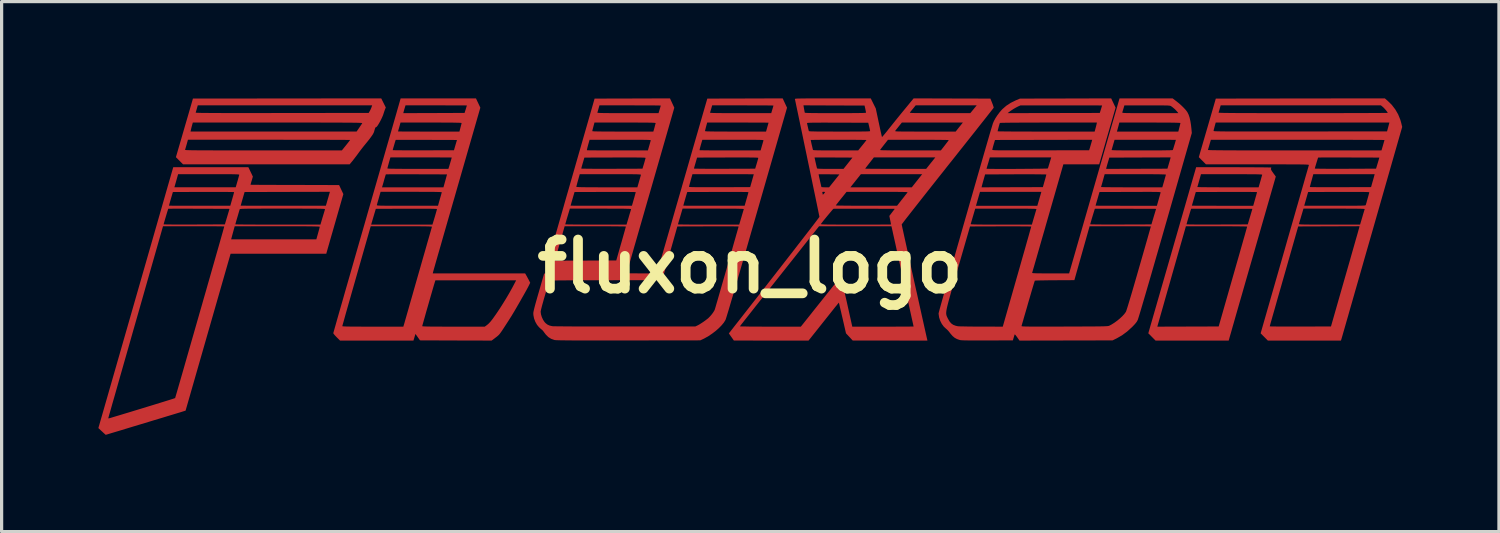
<source format=kicad_pcb>
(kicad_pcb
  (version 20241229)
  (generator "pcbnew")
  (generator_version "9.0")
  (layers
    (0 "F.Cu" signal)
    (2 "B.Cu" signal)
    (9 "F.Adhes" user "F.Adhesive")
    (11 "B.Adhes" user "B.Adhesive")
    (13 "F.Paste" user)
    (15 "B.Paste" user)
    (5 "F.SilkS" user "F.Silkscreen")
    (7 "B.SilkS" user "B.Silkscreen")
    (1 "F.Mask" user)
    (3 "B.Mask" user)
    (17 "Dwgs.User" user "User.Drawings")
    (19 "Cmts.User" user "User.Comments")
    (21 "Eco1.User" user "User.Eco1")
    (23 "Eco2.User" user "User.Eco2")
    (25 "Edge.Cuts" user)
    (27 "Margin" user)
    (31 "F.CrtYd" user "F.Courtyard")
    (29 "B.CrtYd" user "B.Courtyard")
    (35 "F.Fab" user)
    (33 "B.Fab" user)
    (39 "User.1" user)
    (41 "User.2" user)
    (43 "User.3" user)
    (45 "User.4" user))
  (footprint "fluxon_logo"
    (layer "F.Cu")
    (at 20.206 5.21)
    (property "Reference" "fluxon_logo" (at 0 0 0) (layer "F.SilkS") (effects (font (size 1.524 1.524) (thickness 0.3))))
    (attr through_hole)
    (pad "1" smd custom (at -16.231 -0.559) (size 0.254 0.254) (layers "F.Cu" "F.Mask") (options (anchor circle)) (primitives (gr_poly (pts (xy 0.746 -2.371) (xy 0.815 -2.226) (xy 0.779 -2.101) (xy 0.763 -2.049) (xy 0.751 -2.007) (xy 0.744 -1.98) (xy 0.742 -1.973) (xy 0.754 -1.973) (xy 0.79 -1.972) (xy 0.849 -1.972) (xy 0.928 -1.971) (xy 1.025 -1.97) (xy 1.14 -1.97) (xy 1.271 -1.969) (xy 1.415 -1.969) (xy 1.572 -1.968) (xy 1.74 -1.968) (xy 1.916 -1.967) (xy 2.1 -1.967) (xy 2.115 -1.967) (xy 3.489 -1.963) (xy 3.555 -1.823) (xy 3.621 -1.683) (xy 3.364 -0.788) (xy 3.322 -0.642) (xy 3.282 -0.502) (xy 3.244 -0.371) (xy 3.209 -0.25) (xy 3.179 -0.143) (xy 3.152 -0.05) (xy 3.13 0.027) (xy 3.114 0.085) (xy 3.103 0.122) (xy 3.099 0.136) (xy 3.092 0.165) (xy 0.125 0.165) (xy -1.271 5.031) (xy -1.31 5.043) (xy -1.333 5.05) (xy -1.377 5.064) (xy -1.441 5.084) (xy -1.522 5.108) (xy -1.619 5.138) (xy -1.729 5.171) (xy -1.851 5.208) (xy -1.982 5.248) (xy -2.121 5.29) (xy -2.265 5.333) (xy -2.412 5.378) (xy -2.561 5.423) (xy -2.71 5.468) (xy -2.856 5.512) (xy -2.998 5.555) (xy -3.133 5.596) (xy -3.26 5.635) (xy -3.377 5.67) (xy -3.481 5.701) (xy -3.571 5.728) (xy -3.644 5.75) (xy -3.699 5.767) (xy -3.734 5.777) (xy -3.746 5.781) (xy -3.746 5.781) (xy -3.756 5.773) (xy -3.782 5.75) (xy -3.818 5.718) (xy -3.861 5.677) (xy -3.863 5.676) (xy -3.975 5.571) (xy -3.884 5.255) (xy -3.665 5.255) (xy -3.663 5.271) (xy -3.658 5.273) (xy -3.644 5.269) (xy -3.608 5.259) (xy -3.551 5.242) (xy -3.475 5.219) (xy -3.382 5.191) (xy -3.274 5.159) (xy -3.153 5.122) (xy -3.019 5.082) (xy -2.876 5.038) (xy -2.725 4.992) (xy -2.625 4.962) (xy -2.47 4.914) (xy -2.321 4.869) (xy -2.182 4.826) (xy -2.053 4.786) (xy -1.936 4.75) (xy -1.833 4.718) (xy -1.747 4.691) (xy -1.678 4.669) (xy -1.629 4.653) (xy -1.601 4.643) (xy -1.595 4.641) (xy -1.591 4.628) (xy -1.581 4.592) (xy -1.564 4.535) (xy -1.541 4.457) (xy -1.513 4.36) (xy -1.48 4.246) (xy -1.442 4.115) (xy -1.4 3.969) (xy -1.354 3.81) (xy -1.305 3.638) (xy -1.253 3.456) (xy -1.198 3.264) (xy -1.14 3.063) (xy -1.081 2.856) (xy -1.02 2.644) (xy -0.958 2.427) (xy -0.895 2.208) (xy -0.832 1.987) (xy -0.768 1.766) (xy -0.706 1.547) (xy -0.643 1.33) (xy -0.583 1.117) (xy -0.523 0.91) (xy -0.466 0.709) (xy -0.411 0.517) (xy -0.359 0.334) (xy -0.31 0.161) (xy -0.264 0.001) (xy -0.222 -0.146) (xy -0.185 -0.277) (xy -0.184 -0.28) (xy 0.141 -0.28) (xy 2.783 -0.28) (xy 2.836 -0.468) (xy 2.854 -0.534) (xy 2.87 -0.592) (xy 2.882 -0.638) (xy 2.888 -0.665) (xy 2.889 -0.671) (xy 2.883 -0.674) (xy 2.864 -0.676) (xy 2.832 -0.678) (xy 2.785 -0.68) (xy 2.722 -0.681) (xy 2.643 -0.683) (xy 2.545 -0.684) (xy 2.428 -0.685) (xy 2.291 -0.685) (xy 2.132 -0.686) (xy 1.951 -0.686) (xy 1.747 -0.686) (xy 1.571 -0.686) (xy 0.252 -0.686) (xy 0.204 -0.512) (xy 0.186 -0.446) (xy 0.17 -0.388) (xy 0.158 -0.342) (xy 0.15 -0.313) (xy 0.149 -0.308) (xy 0.141 -0.28) (xy -0.184 -0.28) (xy -0.152 -0.393) (xy -0.124 -0.491) (xy -0.102 -0.57) (xy -0.086 -0.629) (xy -0.075 -0.666) (xy -0.072 -0.68) (xy -0.072 -0.68) (xy -0.084 -0.681) (xy -0.12 -0.682) (xy -0.177 -0.683) (xy -0.254 -0.684) (xy -0.348 -0.685) (xy -0.458 -0.685) (xy -0.582 -0.686) (xy -0.717 -0.686) (xy -0.862 -0.686) (xy -1.014 -0.686) (xy -1.021 -0.686) (xy -1.971 -0.686) (xy -2.816 2.275) (xy -2.893 2.543) (xy -2.967 2.804) (xy -3.039 3.058) (xy -3.109 3.303) (xy -3.177 3.539) (xy -3.241 3.764) (xy -3.302 3.977) (xy -3.359 4.178) (xy -3.412 4.365) (xy -3.461 4.538) (xy -3.506 4.694) (xy -3.546 4.833) (xy -3.58 4.955) (xy -3.609 5.057) (xy -3.633 5.139) (xy -3.65 5.2) (xy -3.661 5.239) (xy -3.665 5.255) (xy -3.665 5.255) (xy -3.884 5.255) (xy -2.162 -0.745) (xy -1.952 -0.745) (xy -1.94 -0.744) (xy -1.904 -0.743) (xy -1.847 -0.742) (xy -1.77 -0.741) (xy -1.676 -0.74) (xy -1.566 -0.74) (xy -1.442 -0.74) (xy -1.307 -0.74) (xy -1.162 -0.74) (xy -1.01 -0.74) (xy -1.003 -0.74) (xy -0.053 -0.744) (xy -0.052 -0.746) (xy 0.271 -0.746) (xy 0.284 -0.744) (xy 0.32 -0.743) (xy 0.378 -0.742) (xy 0.457 -0.741) (xy 0.554 -0.74) (xy 0.669 -0.74) (xy 0.799 -0.739) (xy 0.942 -0.738) (xy 1.098 -0.738) (xy 1.264 -0.738) (xy 1.439 -0.737) (xy 1.591 -0.737) (xy 2.91 -0.737) (xy 2.977 -0.963) (xy 2.999 -1.036) (xy 3.019 -1.101) (xy 3.035 -1.155) (xy 3.046 -1.193) (xy 3.051 -1.211) (xy 3.051 -1.214) (xy 3.048 -1.217) (xy 3.04 -1.22) (xy 3.027 -1.223) (xy 3.006 -1.225) (xy 2.977 -1.226) (xy 2.938 -1.228) (xy 2.887 -1.229) (xy 2.822 -1.23) (xy 2.744 -1.231) (xy 2.65 -1.232) (xy 2.538 -1.232) (xy 2.408 -1.232) (xy 2.257 -1.233) (xy 2.085 -1.233) (xy 1.891 -1.233) (xy 1.735 -1.233) (xy 1.523 -1.233) (xy 1.334 -1.233) (xy 1.168 -1.233) (xy 1.023 -1.232) (xy 0.898 -1.232) (xy 0.791 -1.231) (xy 0.701 -1.231) (xy 0.626 -1.23) (xy 0.565 -1.229) (xy 0.517 -1.227) (xy 0.479 -1.226) (xy 0.452 -1.224) (xy 0.432 -1.222) (xy 0.419 -1.219) (xy 0.411 -1.216) (xy 0.408 -1.213) (xy 0.407 -1.211) (xy 0.401 -1.192) (xy 0.389 -1.153) (xy 0.373 -1.098) (xy 0.354 -1.032) (xy 0.336 -0.971) (xy 0.315 -0.901) (xy 0.297 -0.839) (xy 0.283 -0.79) (xy 0.274 -0.757) (xy 0.271 -0.746) (xy -0.052 -0.746) (xy 0.019 -0.985) (xy 0.091 -1.226) (xy -0.856 -1.23) (xy -1.009 -1.23) (xy -1.154 -1.231) (xy -1.29 -1.231) (xy -1.414 -1.231) (xy -1.525 -1.231) (xy -1.621 -1.231) (xy -1.698 -1.23) (xy -1.757 -1.23) (xy -1.794 -1.23) (xy -1.808 -1.229) (xy -1.808 -1.229) (xy -1.812 -1.216) (xy -1.823 -1.183) (xy -1.838 -1.136) (xy -1.856 -1.077) (xy -1.875 -1.012) (xy -1.895 -0.945) (xy -1.914 -0.881) (xy -1.93 -0.825) (xy -1.943 -0.78) (xy -1.951 -0.752) (xy -1.952 -0.745) (xy -2.162 -0.745) (xy -1.996 -1.325) (xy -1.787 -1.325) (xy -1.774 -1.324) (xy -1.739 -1.324) (xy -1.681 -1.323) (xy -1.605 -1.323) (xy -1.51 -1.323) (xy -1.4 -1.322) (xy -1.277 -1.322) (xy -1.142 -1.322) (xy -0.997 -1.322) (xy -0.844 -1.322) (xy 0.115 -1.322) (xy 0.116 -1.325) (xy 0.437 -1.325) (xy 0.449 -1.324) (xy 0.485 -1.324) (xy 0.544 -1.324) (xy 0.622 -1.323) (xy 0.72 -1.323) (xy 0.834 -1.323) (xy 0.964 -1.322) (xy 1.107 -1.322) (xy 1.263 -1.322) (xy 1.429 -1.322) (xy 1.604 -1.322) (xy 1.758 -1.322) (xy 3.078 -1.322) (xy 3.104 -1.408) (xy 3.118 -1.458) (xy 3.137 -1.523) (xy 3.157 -1.591) (xy 3.166 -1.624) (xy 3.204 -1.754) (xy 1.881 -1.751) (xy 0.558 -1.747) (xy 0.498 -1.538) (xy 0.478 -1.469) (xy 0.461 -1.409) (xy 0.448 -1.363) (xy 0.439 -1.333) (xy 0.437 -1.325) (xy 0.116 -1.325) (xy 0.174 -1.529) (xy 0.194 -1.597) (xy 0.211 -1.658) (xy 0.223 -1.705) (xy 0.231 -1.735) (xy 0.233 -1.745) (xy 0.221 -1.746) (xy 0.185 -1.747) (xy 0.128 -1.748) (xy 0.051 -1.749) (xy -0.043 -1.75) (xy -0.153 -1.751) (xy -0.277 -1.751) (xy -0.412 -1.751) (xy -0.557 -1.751) (xy -0.709 -1.751) (xy -0.716 -1.751) (xy -1.665 -1.747) (xy -1.726 -1.538) (xy -1.746 -1.469) (xy -1.763 -1.409) (xy -1.776 -1.363) (xy -1.784 -1.333) (xy -1.787 -1.325) (xy -1.996 -1.325) (xy -1.833 -1.894) (xy -1.618 -1.894) (xy 0.283 -1.894) (xy 0.308 -1.979) (xy 0.325 -2.038) (xy 0.345 -2.106) (xy 0.359 -2.158) (xy 0.373 -2.207) (xy 0.384 -2.248) (xy 0.392 -2.274) (xy 0.392 -2.276) (xy 0.393 -2.28) (xy 0.392 -2.284) (xy 0.386 -2.288) (xy 0.374 -2.291) (xy 0.355 -2.293) (xy 0.327 -2.295) (xy 0.288 -2.296) (xy 0.236 -2.298) (xy 0.17 -2.299) (xy 0.088 -2.299) (xy -0.011 -2.3) (xy -0.13 -2.3) (xy -0.27 -2.3) (xy -0.432 -2.3) (xy -0.551 -2.3) (xy -1.503 -2.3) (xy -1.56 -2.097) (xy -1.618 -1.894) (xy -1.833 -1.894) (xy -1.654 -2.516) (xy 0.676 -2.516)) (width 0) (fill yes))))
    (pad "1" smd custom (at -12.548 -3.404) (size 0.254 0.254) (layers "F.Cu" "F.Mask") (options (anchor circle)) (primitives (gr_poly (pts (xy 1.183 -1.664) (xy 1.254 -1.523) (xy 1.234 -1.477) (xy 1.221 -1.443) (xy 1.204 -1.394) (xy 1.186 -1.339) (xy 1.181 -1.323) (xy 1.162 -1.269) (xy 1.135 -1.208) (xy 1.104 -1.143) (xy 1.07 -1.078) (xy 1.036 -1.019) (xy 1.005 -0.969) (xy 0.978 -0.933) (xy 0.958 -0.915) (xy 0.954 -0.914) (xy 0.942 -0.911) (xy 0.933 -0.903) (xy 0.924 -0.885) (xy 0.913 -0.854) (xy 0.899 -0.804) (xy 0.891 -0.775) (xy 0.88 -0.745) (xy 0.862 -0.71) (xy 0.837 -0.668) (xy 0.801 -0.617) (xy 0.755 -0.554) (xy 0.695 -0.478) (xy 0.621 -0.387) (xy 0.571 -0.326) (xy 0.53 -0.274) (xy 0.48 -0.21) (xy 0.429 -0.142) (xy 0.387 -0.084) (xy 0.341 -0.022) (xy 0.291 0.043) (xy 0.245 0.103) (xy 0.209 0.148) (xy 0.132 0.24) (xy -5.032 0.24) (xy -5.254 0.017) (xy -5.188 -0.21) (xy -4.971 -0.21) (xy -4.968 -0.208) (xy -4.959 -0.206) (xy -4.942 -0.204) (xy -4.916 -0.202) (xy -4.881 -0.201) (xy -4.834 -0.199) (xy -4.776 -0.198) (xy -4.705 -0.197) (xy -4.62 -0.196) (xy -4.52 -0.195) (xy -4.405 -0.195) (xy -4.273 -0.194) (xy -4.123 -0.194) (xy -3.955 -0.193) (xy -3.767 -0.193) (xy -3.558 -0.193) (xy -3.328 -0.192) (xy -3.075 -0.192) (xy -2.799 -0.192) (xy -2.543 -0.192) (xy -0.109 -0.192) (xy 0.019 -0.351) (xy 0.062 -0.405) (xy 0.099 -0.452) (xy 0.127 -0.489) (xy 0.143 -0.511) (xy 0.146 -0.516) (xy 0.134 -0.517) (xy 0.097 -0.518) (xy 0.037 -0.518) (xy -0.044 -0.519) (xy -0.146 -0.519) (xy -0.268 -0.52) (xy -0.407 -0.52) (xy -0.564 -0.521) (xy -0.736 -0.521) (xy -0.923 -0.522) (xy -1.123 -0.522) (xy -1.335 -0.522) (xy -1.558 -0.522) (xy -1.791 -0.522) (xy -2.032 -0.523) (xy -2.281 -0.523) (xy -2.367 -0.523) (xy -4.881 -0.523) (xy -4.922 -0.375) (xy -4.939 -0.316) (xy -4.954 -0.265) (xy -4.965 -0.228) (xy -4.971 -0.21) (xy -5.188 -0.21) (xy -5.023 -0.777) (xy -4.8 -0.777) (xy 0.348 -0.777) (xy 0.432 -0.899) (xy 0.466 -0.949) (xy 0.495 -0.992) (xy 0.515 -1.024) (xy 0.523 -1.039) (xy 0.521 -1.041) (xy 0.513 -1.043) (xy 0.498 -1.044) (xy 0.474 -1.046) (xy 0.442 -1.047) (xy 0.399 -1.049) (xy 0.345 -1.05) (xy 0.28 -1.051) (xy 0.201 -1.052) (xy 0.109 -1.053) (xy 0.002 -1.053) (xy -0.122 -1.054) (xy -0.261 -1.055) (xy -0.419 -1.055) (xy -0.595 -1.055) (xy -0.791 -1.056) (xy -1.008 -1.056) (xy -1.246 -1.056) (xy -1.507 -1.056) (xy -1.791 -1.056) (xy -2.1 -1.056) (xy -4.73 -1.056) (xy -4.757 -0.958) (xy -4.771 -0.905) (xy -4.783 -0.856) (xy -4.791 -0.821) (xy -4.792 -0.818) (xy -4.8 -0.777) (xy -5.023 -0.777) (xy -4.99 -0.891) (xy -4.852 -1.364) (xy -4.641 -1.364) (xy -4.637 -1.363) (xy -4.624 -1.361) (xy -4.601 -1.359) (xy -4.566 -1.358) (xy -4.52 -1.357) (xy -4.46 -1.355) (xy -4.387 -1.354) (xy -4.299 -1.354) (xy -4.196 -1.353) (xy -4.076 -1.352) (xy -3.939 -1.352) (xy -3.784 -1.351) (xy -3.61 -1.351) (xy -3.416 -1.351) (xy -3.202 -1.351) (xy -2.966 -1.351) (xy -2.708 -1.351) (xy -2.426 -1.351) (xy -2.12 -1.352) (xy -1.962 -1.352) (xy 0.723 -1.355) (xy 0.756 -1.412) (xy 0.781 -1.46) (xy 0.804 -1.513) (xy 0.81 -1.53) (xy 0.831 -1.59) (xy -4.576 -1.59) (xy -4.606 -1.485) (xy -4.62 -1.435) (xy -4.632 -1.394) (xy -4.64 -1.369) (xy -4.641 -1.364) (xy -4.852 -1.364) (xy -4.726 -1.8) (xy -1.807 -1.803) (xy 1.112 -1.806)) (width 0) (fill yes))))
    (pad "1" smd custom (at -9.601 -1.397) (size 0.254 0.254) (layers "F.Cu" "F.Mask") (options (anchor circle)) (primitives (gr_poly (pts (xy 1.17 -3.669) (xy 1.238 -3.525) (xy 0.508 -0.991) (xy 0.437 -0.743) (xy 0.367 -0.502) (xy 0.3 -0.268) (xy 0.235 -0.043) (xy 0.173 0.172) (xy 0.114 0.377) (xy 0.059 0.569) (xy 0.008 0.749) (xy -0.04 0.914) (xy -0.083 1.063) (xy -0.121 1.196) (xy -0.154 1.311) (xy -0.181 1.407) (xy -0.203 1.483) (xy -0.218 1.537) (xy -0.227 1.569) (xy -0.229 1.578) (xy -0.237 1.613) (xy 2.626 1.613) (xy 2.648 1.65) (xy 2.664 1.678) (xy 2.688 1.721) (xy 2.715 1.772) (xy 2.728 1.795) (xy 2.784 1.904) (xy 2.73 2.014) (xy 2.708 2.056) (xy 2.675 2.117) (xy 2.633 2.193) (xy 2.584 2.28) (xy 2.53 2.374) (xy 2.474 2.474) (xy 2.416 2.574) (xy 2.36 2.671) (xy 2.307 2.762) (xy 2.259 2.843) (xy 2.218 2.911) (xy 2.2 2.941) (xy 2.167 2.992) (xy 2.125 3.059) (xy 2.076 3.135) (xy 2.024 3.215) (xy 1.974 3.292) (xy 1.974 3.293) (xy 1.924 3.368) (xy 1.885 3.426) (xy 1.853 3.47) (xy 1.826 3.504) (xy 1.799 3.532) (xy 1.77 3.558) (xy 1.735 3.586) (xy 1.707 3.607) (xy 1.587 3.697) (xy 0.477 3.694) (xy -0.633 3.69) (xy -0.703 3.59) (xy -0.774 3.49) (xy -0.836 3.697) (xy -3.112 3.697) (xy -3.217 3.592) (xy -3.258 3.549) (xy -3.292 3.511) (xy -3.314 3.482) (xy -3.321 3.468) (xy -3.318 3.454) (xy -3.308 3.417) (xy -3.291 3.358) (xy -3.268 3.276) (xy -3.26 3.249) (xy -3.042 3.249) (xy -3.037 3.252) (xy -3.021 3.255) (xy -2.994 3.257) (xy -2.953 3.259) (xy -2.897 3.261) (xy -2.824 3.262) (xy -2.734 3.263) (xy -2.625 3.264) (xy -2.495 3.264) (xy -2.343 3.265) (xy -2.168 3.265) (xy -2.096 3.265) (xy -1.149 3.265) (xy -1.145 3.249) (xy -0.564 3.249) (xy -0.559 3.252) (xy -0.542 3.255) (xy -0.512 3.257) (xy -0.468 3.259) (xy -0.408 3.261) (xy -0.332 3.262) (xy -0.237 3.263) (xy -0.122 3.264) (xy 0.013 3.264) (xy 0.171 3.265) (xy 0.353 3.265) (xy 0.406 3.265) (xy 1.375 3.265) (xy 1.451 3.209) (xy 1.5 3.166) (xy 1.554 3.108) (xy 1.615 3.031) (xy 1.636 3.002) (xy 1.732 2.866) (xy 1.835 2.713) (xy 1.939 2.549) (xy 2.042 2.382) (xy 2.139 2.217) (xy 2.226 2.061) (xy 2.26 1.997) (xy 2.348 1.829) (xy -0.155 1.829) (xy -0.175 1.889) (xy -0.184 1.921) (xy -0.2 1.972) (xy -0.22 2.041) (xy -0.244 2.123) (xy -0.271 2.217) (xy -0.301 2.319) (xy -0.332 2.428) (xy -0.364 2.54) (xy -0.396 2.652) (xy -0.428 2.762) (xy -0.458 2.868) (xy -0.485 2.966) (xy -0.51 3.053) (xy -0.531 3.128) (xy -0.548 3.187) (xy -0.559 3.228) (xy -0.564 3.248) (xy -0.564 3.249) (xy -1.145 3.249) (xy -1.124 3.179) (xy -1.117 3.156) (xy -1.104 3.11) (xy -1.085 3.043) (xy -1.06 2.956) (xy -1.03 2.851) (xy -0.995 2.73) (xy -0.957 2.594) (xy -0.914 2.445) (xy -0.868 2.285) (xy -0.82 2.115) (xy -0.769 1.936) (xy -0.716 1.751) (xy -0.684 1.638) (xy -0.63 1.452) (xy -0.579 1.272) (xy -0.53 1.1) (xy -0.483 0.938) (xy -0.44 0.787) (xy -0.401 0.649) (xy -0.365 0.525) (xy -0.334 0.417) (xy -0.308 0.327) (xy -0.288 0.255) (xy -0.273 0.204) (xy -0.264 0.174) (xy -0.262 0.168) (xy -0.266 0.165) (xy -0.28 0.162) (xy -0.305 0.16) (xy -0.345 0.158) (xy -0.398 0.156) (xy -0.468 0.155) (xy -0.556 0.154) (xy -0.662 0.153) (xy -0.789 0.152) (xy -0.938 0.152) (xy -1.109 0.152) (xy -1.209 0.152) (xy -2.161 0.152) (xy -2.601 1.692) (xy -2.656 1.885) (xy -2.709 2.07) (xy -2.76 2.248) (xy -2.807 2.415) (xy -2.852 2.572) (xy -2.893 2.716) (xy -2.93 2.846) (xy -2.962 2.961) (xy -2.989 3.058) (xy -3.011 3.137) (xy -3.028 3.196) (xy -3.038 3.234) (xy -3.042 3.249) (xy -3.042 3.249) (xy -3.26 3.249) (xy -3.239 3.175) (xy -3.205 3.053) (xy -3.165 2.913) (xy -3.12 2.755) (xy -3.07 2.581) (xy -3.015 2.39) (xy -2.957 2.185) (xy -2.894 1.966) (xy -2.827 1.734) (xy -2.757 1.49) (xy -2.684 1.234) (xy -2.608 0.969) (xy -2.529 0.694) (xy -2.448 0.412) (xy -2.364 0.122) (xy -2.358 0.101) (xy -2.148 0.101) (xy -0.248 0.101) (xy -0.229 0.041) (xy -0.213 -0.01) (xy -0.195 -0.07) (xy -0.175 -0.136) (xy -0.156 -0.202) (xy -0.138 -0.264) (xy -0.123 -0.318) (xy -0.112 -0.358) (xy -0.107 -0.379) (xy -0.106 -0.381) (xy -0.116 -0.384) (xy -0.144 -0.386) (xy -0.193 -0.388) (xy -0.262 -0.39) (xy -0.352 -0.391) (xy -0.465 -0.392) (xy -0.6 -0.392) (xy -0.759 -0.392) (xy -0.942 -0.392) (xy -1.055 -0.392) (xy -2.003 -0.388) (xy -2.148 0.101) (xy -2.358 0.101) (xy -2.279 -0.174) (xy -2.277 -0.182) (xy -2.185 -0.502) (xy -1.971 -0.502) (xy -1.968 -0.498) (xy -1.96 -0.495) (xy -1.945 -0.492) (xy -1.921 -0.49) (xy -1.888 -0.488) (xy -1.842 -0.487) (xy -1.783 -0.486) (xy -1.71 -0.485) (xy -1.619 -0.484) (xy -1.51 -0.484) (xy -1.381 -0.484) (xy -1.23 -0.484) (xy -1.055 -0.484) (xy -1.026 -0.484) (xy -0.075 -0.484) (xy -0.019 -0.684) (xy 0.001 -0.752) (xy 0.018 -0.812) (xy 0.031 -0.86) (xy 0.04 -0.891) (xy 0.043 -0.9) (xy 0.04 -0.903) (xy 0.026 -0.905) (xy -0.000372 -0.908) (xy -0.04 -0.91) (xy -0.093 -0.911) (xy -0.163 -0.913) (xy -0.251 -0.914) (xy -0.358 -0.914) (xy -0.485 -0.915) (xy -0.633 -0.915) (xy -0.805 -0.916) (xy -0.903 -0.916) (xy -1.855 -0.916) (xy -1.91 -0.722) (xy -1.929 -0.654) (xy -1.947 -0.594) (xy -1.96 -0.545) (xy -1.969 -0.514) (xy -1.971 -0.506) (xy -1.971 -0.502) (xy -2.185 -0.502) (xy -2.026 -1.055) (xy -1.811 -1.055) (xy 0.094 -1.055) (xy 0.15 -1.255) (xy 0.205 -1.456) (xy -0.74 -1.459) (xy -0.893 -1.459) (xy -1.038 -1.46) (xy -1.174 -1.46) (xy -1.298 -1.46) (xy -1.409 -1.459) (xy -1.504 -1.459) (xy -1.582 -1.459) (xy -1.641 -1.458) (xy -1.678 -1.457) (xy -1.692 -1.456) (xy -1.692 -1.456) (xy -1.697 -1.443) (xy -1.708 -1.409) (xy -1.722 -1.36) (xy -1.74 -1.301) (xy -1.745 -1.282) (xy -1.763 -1.217) (xy -1.779 -1.16) (xy -1.793 -1.115) (xy -1.801 -1.087) (xy -1.802 -1.084) (xy -1.811 -1.055) (xy -2.026 -1.055) (xy -1.857 -1.642) (xy -1.644 -1.642) (xy -1.638 -1.639) (xy -1.618 -1.637) (xy -1.585 -1.634) (xy -1.535 -1.632) (xy -1.469 -1.631) (xy -1.384 -1.63) (xy -1.28 -1.629) (xy -1.155 -1.628) (xy -1.008 -1.627) (xy -0.838 -1.627) (xy -0.698 -1.627) (xy 0.247 -1.627) (xy 0.26 -1.668) (xy 0.271 -1.701) (xy 0.284 -1.746) (xy 0.3 -1.799) (xy 0.316 -1.854) (xy 0.331 -1.905) (xy 0.342 -1.946) (xy 0.35 -1.972) (xy 0.351 -1.978) (xy 0.339 -1.979) (xy 0.303 -1.98) (xy 0.245 -1.98) (xy 0.169 -1.981) (xy 0.074 -1.981) (xy -0.036 -1.982) (xy -0.159 -1.982) (xy -0.294 -1.983) (xy -0.439 -1.983) (xy -0.592 -1.983) (xy -0.599 -1.983) (xy -1.55 -1.983) (xy -1.597 -1.82) (xy -1.614 -1.758) (xy -1.629 -1.705) (xy -1.639 -1.665) (xy -1.644 -1.644) (xy -1.644 -1.642) (xy -1.857 -1.642) (xy -1.694 -2.209) (xy -1.479 -2.209) (xy -1.466 -2.207) (xy -1.431 -2.206) (xy -1.373 -2.204) (xy -1.296 -2.203) (xy -1.202 -2.203) (xy -1.092 -2.202) (xy -0.969 -2.202) (xy -0.833 -2.201) (xy -0.689 -2.202) (xy -0.536 -2.202) (xy -0.529 -2.202) (xy 0.42 -2.205) (xy 0.466 -2.364) (xy 0.513 -2.523) (xy -0.434 -2.526) (xy -0.587 -2.527) (xy -0.732 -2.527) (xy -0.868 -2.527) (xy -0.992 -2.527) (xy -1.103 -2.527) (xy -1.198 -2.527) (xy -1.276 -2.527) (xy -1.335 -2.526) (xy -1.372 -2.526) (xy -1.385 -2.525) (xy -1.385 -2.525) (xy -1.391 -2.512) (xy -1.401 -2.48) (xy -1.415 -2.435) (xy -1.43 -2.382) (xy -1.446 -2.328) (xy -1.461 -2.278) (xy -1.472 -2.238) (xy -1.478 -2.213) (xy -1.479 -2.209) (xy -1.694 -2.209) (xy -1.527 -2.787) (xy -1.314 -2.787) (xy -1.301 -2.787) (xy -1.265 -2.786) (xy -1.208 -2.786) (xy -1.131 -2.785) (xy -1.037 -2.785) (xy -0.927 -2.784) (xy -0.803 -2.784) (xy -0.668 -2.784) (xy -0.523 -2.783) (xy -0.371 -2.783) (xy 0.589 -2.783) (xy 0.622 -2.908) (xy 0.636 -2.962) (xy 0.648 -3.008) (xy 0.655 -3.039) (xy 0.656 -3.048) (xy 0.65 -3.051) (xy 0.629 -3.054) (xy 0.595 -3.056) (xy 0.544 -3.058) (xy 0.475 -3.059) (xy 0.389 -3.061) (xy 0.282 -3.061) (xy 0.155 -3.062) (xy 0.005 -3.063) (xy -0.168 -3.063) (xy -0.29 -3.063) (xy -1.237 -3.063) (xy -1.257 -2.99) (xy -1.272 -2.936) (xy -1.288 -2.88) (xy -1.296 -2.854) (xy -1.306 -2.818) (xy -1.312 -2.793) (xy -1.314 -2.787) (xy -1.527 -2.787) (xy -1.364 -3.355) (xy -1.151 -3.355) (xy -0.201 -3.358) (xy 0.749 -3.362) (xy 0.785 -3.476) (xy 0.8 -3.526) (xy 0.812 -3.565) (xy 0.82 -3.589) (xy 0.821 -3.593) (xy 0.809 -3.594) (xy 0.773 -3.594) (xy 0.715 -3.595) (xy 0.639 -3.595) (xy 0.544 -3.596) (xy 0.434 -3.596) (xy 0.311 -3.596) (xy 0.176 -3.596) (xy 0.031 -3.597) (xy -0.122 -3.597) (xy -1.082 -3.597) (xy -1.108 -3.511) (xy -1.123 -3.462) (xy -1.135 -3.418) (xy -1.143 -3.39) (xy -1.151 -3.355) (xy -1.364 -3.355) (xy -1.233 -3.813) (xy 1.102 -3.813)) (width 0) (fill yes))))
    (pad "1" smd custom (at -4.521 0.127) (size 0.254 0.254) (layers "F.Cu" "F.Mask") (options (anchor circle)) (primitives (gr_poly (pts (xy 5.599 -5.192) (xy 5.667 -5.047) (xy 4.732 -1.796) (xy 4.622 -1.414) (xy 4.519 -1.056) (xy 4.423 -0.721) (xy 4.333 -0.411) (xy 4.25 -0.125) (xy 4.174 0.138) (xy 4.104 0.378) (xy 4.041 0.595) (xy 3.985 0.788) (xy 3.934 0.959) (xy 3.89 1.108) (xy 3.853 1.234) (xy 3.821 1.338) (xy 3.796 1.42) (xy 3.777 1.48) (xy 3.764 1.519) (xy 3.758 1.535) (xy 3.709 1.614) (xy 3.639 1.699) (xy 3.554 1.786) (xy 3.456 1.873) (xy 3.348 1.955) (xy 3.236 2.031) (xy 3.122 2.096) (xy 3.075 2.12) (xy 2.977 2.166) (xy 0.747 2.169) (xy 0.463 2.169) (xy 0.202 2.169) (xy -0.035 2.17) (xy -0.25 2.17) (xy -0.443 2.169) (xy -0.617 2.169) (xy -0.772 2.169) (xy -0.909 2.169) (xy -1.029 2.168) (xy -1.134 2.167) (xy -1.224 2.166) (xy -1.3 2.165) (xy -1.364 2.164) (xy -1.417 2.163) (xy -1.46 2.161) (xy -1.493 2.16) (xy -1.518 2.158) (xy -1.536 2.156) (xy -1.548 2.154) (xy -1.55 2.153) (xy -1.649 2.117) (xy -1.734 2.064) (xy -1.808 1.991) (xy -1.851 1.936) (xy -1.881 1.894) (xy -1.909 1.86) (xy -1.929 1.839) (xy -1.932 1.837) (xy -1.951 1.823) (xy -1.982 1.796) (xy -2.018 1.763) (xy -2.02 1.762) (xy -2.084 1.685) (xy -2.137 1.592) (xy -2.176 1.489) (xy -2.197 1.383) (xy -2.2 1.322) (xy -2.197 1.295) (xy -2.194 1.278) (xy -1.972 1.278) (xy -1.962 1.358) (xy -1.936 1.444) (xy -1.897 1.528) (xy -1.849 1.6) (xy -1.811 1.639) (xy -1.754 1.681) (xy -1.691 1.708) (xy -1.613 1.726) (xy -1.605 1.727) (xy -1.585 1.728) (xy -1.541 1.729) (xy -1.474 1.73) (xy -1.385 1.731) (xy -1.277 1.732) (xy -1.15 1.733) (xy -1.006 1.734) (xy -0.845 1.735) (xy -0.671 1.735) (xy -0.483 1.736) (xy -0.283 1.736) (xy -0.072 1.736) (xy 0.147 1.736) (xy 0.374 1.736) (xy 0.608 1.736) (xy 0.646 1.736) (xy 2.825 1.734) (xy 2.882 1.708) (xy 2.938 1.679) (xy 3.005 1.637) (xy 3.078 1.589) (xy 3.148 1.538) (xy 3.209 1.491) (xy 3.229 1.474) (xy 3.279 1.423) (xy 3.33 1.364) (xy 3.375 1.303) (xy 3.41 1.247) (xy 3.426 1.214) (xy 3.431 1.197) (xy 3.443 1.158) (xy 3.46 1.099) (xy 3.482 1.022) (xy 3.51 0.928) (xy 3.541 0.82) (xy 3.576 0.699) (xy 3.613 0.568) (xy 3.653 0.429) (xy 3.695 0.283) (xy 3.739 0.132) (xy 3.783 -0.021) (xy 3.827 -0.175) (xy 3.871 -0.328) (xy 3.913 -0.477) (xy 3.955 -0.621) (xy 3.994 -0.759) (xy 4.03 -0.887) (xy 4.064 -1.004) (xy 4.093 -1.108) (xy 4.119 -1.197) (xy 4.139 -1.269) (xy 4.154 -1.322) (xy 4.163 -1.355) (xy 4.165 -1.365) (xy 4.153 -1.366) (xy 4.117 -1.367) (xy 4.06 -1.368) (xy 3.983 -1.369) (xy 3.889 -1.369) (xy 3.779 -1.37) (xy 3.655 -1.37) (xy 3.52 -1.37) (xy 3.375 -1.37) (xy 3.223 -1.369) (xy 3.216 -1.369) (xy 2.266 -1.366) (xy 1.795 0.299) (xy 0.045 0.302) (xy -0.164 0.302) (xy -0.365 0.303) (xy -0.558 0.303) (xy -0.741 0.304) (xy -0.913 0.305) (xy -1.072 0.305) (xy -1.216 0.306) (xy -1.345 0.307) (xy -1.456 0.308) (xy -1.549 0.308) (xy -1.621 0.309) (xy -1.672 0.31) (xy -1.7 0.311) (xy -1.705 0.311) (xy -1.708 0.324) (xy -1.718 0.359) (xy -1.734 0.413) (xy -1.754 0.483) (xy -1.778 0.566) (xy -1.806 0.66) (xy -1.836 0.762) (xy -1.838 0.77) (xy -1.872 0.885) (xy -1.901 0.99) (xy -1.927 1.083) (xy -1.947 1.161) (xy -1.962 1.222) (xy -1.97 1.263) (xy -1.972 1.278) (xy -2.194 1.278) (xy -2.189 1.254) (xy -2.176 1.197) (xy -2.157 1.122) (xy -2.132 1.028) (xy -2.1 0.914) (xy -2.061 0.777) (xy -2.031 0.674) (xy -1.864 0.095) (xy -1.628 0.083) (xy -1.712 0.000064) (xy -1.751 -0.04) (xy -1.775 -0.067) (xy -1.787 -0.088) (xy -1.79 -0.107) (xy -1.788 -0.127) (xy -1.784 -0.143) (xy -1.773 -0.183) (xy -1.756 -0.245) (xy -1.739 -0.305) (xy -1.53 -0.305) (xy -0.579 -0.308) (xy 0.372 -0.311) (xy 0.521 -0.832) (xy 0.553 -0.943) (xy 0.582 -1.046) (xy 0.608 -1.139) (xy 0.631 -1.219) (xy 0.649 -1.284) (xy 0.662 -1.331) (xy 0.67 -1.358) (xy 0.671 -1.363) (xy 0.658 -1.364) (xy 0.623 -1.366) (xy 0.565 -1.367) (xy 0.489 -1.368) (xy 0.394 -1.369) (xy 0.285 -1.37) (xy 0.161 -1.371) (xy 0.026 -1.372) (xy -0.119 -1.372) (xy -0.271 -1.372) (xy -0.279 -1.372) (xy -1.228 -1.372) (xy -1.372 -0.867) (xy -1.403 -0.757) (xy -1.432 -0.654) (xy -1.459 -0.561) (xy -1.482 -0.48) (xy -1.5 -0.414) (xy -1.514 -0.366) (xy -1.521 -0.338) (xy -1.523 -0.333) (xy -1.53 -0.305) (xy -1.739 -0.305) (xy -1.733 -0.328) (xy -1.704 -0.43) (xy -1.669 -0.551) (xy -1.63 -0.69) (xy -1.586 -0.845) (xy -1.537 -1.015) (xy -1.484 -1.2) (xy -1.428 -1.397) (xy -1.418 -1.431) (xy -1.209 -1.431) (xy -1.197 -1.43) (xy -1.161 -1.429) (xy -1.104 -1.428) (xy -1.027 -1.427) (xy -0.933 -1.426) (xy -0.823 -1.425) (xy -0.699 -1.424) (xy -0.564 -1.424) (xy -0.419 -1.423) (xy -0.267 -1.423) (xy -0.26 -1.423) (xy 0.69 -1.423) (xy 0.759 -1.655) (xy 0.78 -1.729) (xy 0.8 -1.794) (xy 0.816 -1.848) (xy 0.827 -1.885) (xy 0.833 -1.903) (xy 0.833 -1.903) (xy 0.829 -1.906) (xy 0.815 -1.908) (xy 0.789 -1.911) (xy 0.75 -1.913) (xy 0.696 -1.914) (xy 0.626 -1.916) (xy 0.539 -1.917) (xy 0.432 -1.918) (xy 0.305 -1.918) (xy 0.157 -1.918) (xy -0.015 -1.919) (xy -0.114 -1.919) (xy -1.066 -1.919) (xy -1.138 -1.679) (xy -1.16 -1.605) (xy -1.179 -1.54) (xy -1.194 -1.486) (xy -1.205 -1.449) (xy -1.209 -1.432) (xy -1.209 -1.431) (xy -1.418 -1.431) (xy -1.368 -1.606) (xy -1.305 -1.826) (xy -1.252 -2.011) (xy -1.044 -2.011) (xy -1.032 -2.01) (xy -0.996 -2.01) (xy -0.938 -2.009) (xy -0.862 -2.009) (xy -0.767 -2.008) (xy -0.657 -2.008) (xy -0.534 -2.008) (xy -0.399 -2.008) (xy -0.254 -2.008) (xy -0.101 -2.008) (xy 0.858 -2.008) (xy 0.917 -2.214) (xy 0.937 -2.283) (xy 0.953 -2.343) (xy 0.966 -2.391) (xy 0.974 -2.421) (xy 0.976 -2.43) (xy 0.964 -2.432) (xy 0.928 -2.433) (xy 0.871 -2.434) (xy 0.794 -2.435) (xy 0.699 -2.436) (xy 0.59 -2.437) (xy 0.466 -2.437) (xy 0.331 -2.437) (xy 0.186 -2.437) (xy 0.034 -2.436) (xy 0.027 -2.436) (xy -0.922 -2.433) (xy -0.983 -2.224) (xy -1.003 -2.155) (xy -1.02 -2.095) (xy -1.033 -2.049) (xy -1.042 -2.019) (xy -1.044 -2.011) (xy -1.252 -2.011) (xy -1.24 -2.055) (xy -1.172 -2.293) (xy -1.101 -2.537) (xy -1.085 -2.594) (xy -0.866 -2.594) (xy -0.86 -2.591) (xy -0.841 -2.589) (xy -0.808 -2.587) (xy -0.759 -2.585) (xy -0.693 -2.583) (xy -0.609 -2.582) (xy -0.506 -2.581) (xy -0.382 -2.58) (xy -0.237 -2.58) (xy -0.068 -2.579) (xy 0.08 -2.579) (xy 1.026 -2.579) (xy 1.051 -2.665) (xy 1.068 -2.723) (xy 1.087 -2.791) (xy 1.103 -2.846) (xy 1.117 -2.895) (xy 1.129 -2.936) (xy 1.136 -2.962) (xy 1.137 -2.964) (xy 1.137 -2.968) (xy 1.134 -2.971) (xy 1.125 -2.975) (xy 1.11 -2.977) (xy 1.087 -2.979) (xy 1.053 -2.981) (xy 1.008 -2.983) (xy 0.949 -2.984) (xy 0.876 -2.985) (xy 0.785 -2.985) (xy 0.676 -2.986) (xy 0.547 -2.986) (xy 0.396 -2.986) (xy 0.222 -2.986) (xy -0.76 -2.986) (xy -0.813 -2.798) (xy -0.832 -2.731) (xy -0.847 -2.673) (xy -0.859 -2.628) (xy -0.865 -2.6) (xy -0.866 -2.594) (xy -1.085 -2.594) (xy -1.04 -2.751) (xy -0.922 -3.161) (xy -0.714 -3.161) (xy -0.701 -3.159) (xy -0.665 -3.158) (xy -0.608 -3.157) (xy -0.531 -3.156) (xy -0.437 -3.155) (xy -0.327 -3.154) (xy -0.204 -3.154) (xy -0.069 -3.154) (xy 0.076 -3.154) (xy 0.229 -3.154) (xy 0.236 -3.154) (xy 1.185 -3.157) (xy 1.233 -3.316) (xy 1.251 -3.377) (xy 1.265 -3.43) (xy 1.276 -3.469) (xy 1.281 -3.49) (xy 1.281 -3.491) (xy 1.276 -3.494) (xy 1.261 -3.497) (xy 1.235 -3.499) (xy 1.195 -3.501) (xy 1.141 -3.502) (xy 1.071 -3.503) (xy 0.983 -3.504) (xy 0.877 -3.505) (xy 0.75 -3.505) (xy 0.602 -3.505) (xy 0.43 -3.504) (xy 0.333 -3.504) (xy -0.616 -3.501) (xy -0.665 -3.335) (xy -0.683 -3.274) (xy -0.698 -3.222) (xy -0.708 -3.183) (xy -0.713 -3.162) (xy -0.714 -3.161) (xy -0.922 -3.161) (xy -0.759 -3.73) (xy -0.539 -3.73) (xy -0.538 -3.73) (xy -0.525 -3.728) (xy -0.488 -3.727) (xy -0.43 -3.726) (xy -0.352 -3.726) (xy -0.257 -3.725) (xy -0.146 -3.724) (xy -0.022 -3.724) (xy 0.114 -3.723) (xy 0.259 -3.723) (xy 0.411 -3.723) (xy 1.353 -3.723) (xy 1.394 -3.866) (xy 1.411 -3.924) (xy 1.425 -3.976) (xy 1.436 -4.013) (xy 1.441 -4.031) (xy 1.442 -4.035) (xy 1.438 -4.039) (xy 1.43 -4.042) (xy 1.415 -4.045) (xy 1.392 -4.047) (xy 1.358 -4.049) (xy 1.313 -4.05) (xy 1.254 -4.051) (xy 1.181 -4.052) (xy 1.09 -4.052) (xy 0.981 -4.053) (xy 0.852 -4.053) (xy 0.701 -4.053) (xy 0.527 -4.053) (xy 0.497 -4.053) (xy -0.455 -4.053) (xy -0.5 -3.895) (xy -0.516 -3.835) (xy -0.529 -3.785) (xy -0.537 -3.748) (xy -0.539 -3.73) (xy -0.759 -3.73) (xy -0.589 -4.322) (xy -0.371 -4.322) (xy -0.364 -4.319) (xy -0.344 -4.317) (xy -0.309 -4.314) (xy -0.258 -4.313) (xy -0.19 -4.311) (xy -0.103 -4.31) (xy 0.003 -4.309) (xy 0.131 -4.308) (xy 0.28 -4.308) (xy 0.453 -4.307) (xy 0.575 -4.307) (xy 1.521 -4.307) (xy 1.534 -4.349) (xy 1.544 -4.384) (xy 1.557 -4.431) (xy 1.567 -4.469) (xy 1.578 -4.513) (xy 1.588 -4.55) (xy 1.594 -4.567) (xy 1.593 -4.571) (xy 1.587 -4.574) (xy 1.575 -4.577) (xy 1.553 -4.579) (xy 1.522 -4.581) (xy 1.478 -4.583) (xy 1.421 -4.584) (xy 1.349 -4.585) (xy 1.26 -4.586) (xy 1.153 -4.586) (xy 1.026 -4.587) (xy 0.877 -4.587) (xy 0.705 -4.587) (xy 0.649 -4.587) (xy -0.304 -4.587) (xy -0.337 -4.462) (xy -0.351 -4.408) (xy -0.363 -4.363) (xy -0.369 -4.332) (xy -0.371 -4.322) (xy -0.589 -4.322) (xy -0.424 -4.895) (xy -0.215 -4.895) (xy -0.212 -4.892) (xy -0.198 -4.889) (xy -0.173 -4.887) (xy -0.135 -4.885) (xy -0.082 -4.883) (xy -0.014 -4.882) (xy 0.072 -4.881) (xy 0.177 -4.88) (xy 0.302 -4.88) (xy 0.449 -4.879) (xy 0.618 -4.879) (xy 0.731 -4.879) (xy 1.683 -4.879) (xy 1.717 -4.993) (xy 1.732 -5.043) (xy 1.744 -5.084) (xy 1.75 -5.109) (xy 1.751 -5.114) (xy 1.739 -5.115) (xy 1.703 -5.116) (xy 1.646 -5.117) (xy 1.569 -5.118) (xy 1.475 -5.119) (xy 1.365 -5.119) (xy 1.241 -5.12) (xy 1.106 -5.12) (xy 0.961 -5.12) (xy 0.808 -5.121) (xy -0.149 -5.121) (xy -0.179 -5.016) (xy -0.193 -4.966) (xy -0.205 -4.925) (xy -0.213 -4.899) (xy -0.215 -4.895) (xy -0.424 -4.895) (xy -0.3 -5.33) (xy 0.869 -5.333) (xy 2.038 -5.337) (xy 2.105 -5.192) (xy 2.172 -5.047) (xy 1.435 -2.485) (xy 1.363 -2.237) (xy 1.293 -1.995) (xy 1.226 -1.761) (xy 1.161 -1.535) (xy 1.099 -1.32) (xy 1.04 -1.115) (xy 0.985 -0.923) (xy 0.933 -0.744) (xy 0.886 -0.579) (xy 0.843 -0.43) (xy 0.805 -0.298) (xy 0.772 -0.183) (xy 0.745 -0.088) (xy 0.723 -0.012) (xy 0.708 0.042) (xy 0.699 0.074) (xy 0.697 0.083) (xy 0.709 0.084) (xy 0.744 0.086) (xy 0.798 0.087) (xy 0.87 0.088) (xy 0.956 0.088) (xy 1.053 0.089) (xy 1.159 0.089) (xy 1.631 0.089) (xy 2.07 -1.43) (xy 2.285 -1.43) (xy 2.297 -1.429) (xy 2.333 -1.428) (xy 2.39 -1.427) (xy 2.467 -1.426) (xy 2.562 -1.425) (xy 2.671 -1.424) (xy 2.795 -1.424) (xy 2.93 -1.423) (xy 3.075 -1.423) (xy 3.228 -1.423) (xy 3.235 -1.423) (xy 4.184 -1.423) (xy 4.253 -1.655) (xy 4.274 -1.728) (xy 4.294 -1.794) (xy 4.31 -1.848) (xy 4.321 -1.885) (xy 4.327 -1.903) (xy 4.327 -1.903) (xy 4.323 -1.906) (xy 4.309 -1.908) (xy 4.284 -1.911) (xy 4.244 -1.913) (xy 4.191 -1.914) (xy 4.121 -1.916) (xy 4.033 -1.917) (xy 3.927 -1.918) (xy 3.8 -1.918) (xy 3.651 -1.918) (xy 3.479 -1.919) (xy 3.381 -1.919) (xy 2.428 -1.919) (xy 2.357 -1.678) (xy 2.335 -1.604) (xy 2.315 -1.538) (xy 2.3 -1.485) (xy 2.289 -1.448) (xy 2.285 -1.431) (xy 2.285 -1.43) (xy 2.07 -1.43) (xy 2.237 -2.011) (xy 2.45 -2.011) (xy 2.463 -2.01) (xy 2.499 -2.01) (xy 2.556 -2.009) (xy 2.633 -2.009) (xy 2.727 -2.008) (xy 2.837 -2.008) (xy 2.96 -2.008) (xy 3.095 -2.008) (xy 3.24 -2.008) (xy 3.393 -2.008) (xy 4.352 -2.008) (xy 4.411 -2.214) (xy 4.431 -2.283) (xy 4.448 -2.343) (xy 4.461 -2.391) (xy 4.468 -2.421) (xy 4.47 -2.43) (xy 4.458 -2.432) (xy 4.422 -2.433) (xy 4.365 -2.434) (xy 4.288 -2.435) (xy 4.194 -2.436) (xy 4.084 -2.437) (xy 3.96 -2.437) (xy 3.825 -2.437) (xy 3.68 -2.437) (xy 3.528 -2.436) (xy 3.521 -2.436) (xy 2.572 -2.433) (xy 2.511 -2.224) (xy 2.491 -2.155) (xy 2.474 -2.095) (xy 2.461 -2.049) (xy 2.453 -2.019) (xy 2.45 -2.011) (xy 2.237 -2.011) (xy 2.406 -2.594) (xy 2.628 -2.594) (xy 2.634 -2.591) (xy 2.652 -2.589) (xy 2.685 -2.587) (xy 2.732 -2.585) (xy 2.796 -2.584) (xy 2.878 -2.583) (xy 2.979 -2.582) (xy 3.1 -2.582) (xy 3.243 -2.582) (xy 3.408 -2.582) (xy 3.576 -2.582) (xy 4.524 -2.586) (xy 4.58 -2.783) (xy 4.598 -2.849) (xy 4.615 -2.907) (xy 4.627 -2.951) (xy 4.634 -2.977) (xy 4.635 -2.983) (xy 4.623 -2.983) (xy 4.587 -2.984) (xy 4.53 -2.984) (xy 4.453 -2.985) (xy 4.359 -2.985) (xy 4.249 -2.985) (xy 4.125 -2.986) (xy 3.99 -2.986) (xy 3.845 -2.986) (xy 3.693 -2.986) (xy 2.734 -2.986) (xy 2.681 -2.798) (xy 2.663 -2.731) (xy 2.647 -2.673) (xy 2.635 -2.628) (xy 2.629 -2.6) (xy 2.628 -2.594) (xy 2.406 -2.594) (xy 2.413 -2.621) (xy 2.569 -3.161) (xy 2.781 -3.161) (xy 2.793 -3.159) (xy 2.829 -3.158) (xy 2.886 -3.157) (xy 2.963 -3.156) (xy 3.057 -3.155) (xy 3.167 -3.154) (xy 3.291 -3.154) (xy 3.426 -3.154) (xy 3.57 -3.154) (xy 3.723 -3.154) (xy 3.73 -3.154) (xy 4.679 -3.157) (xy 4.727 -3.316) (xy 4.745 -3.377) (xy 4.76 -3.43) (xy 4.77 -3.469) (xy 4.775 -3.49) (xy 4.775 -3.491) (xy 4.77 -3.494) (xy 4.756 -3.497) (xy 4.729 -3.499) (xy 4.69 -3.501) (xy 4.635 -3.502) (xy 4.565 -3.503) (xy 4.478 -3.504) (xy 4.371 -3.505) (xy 4.244 -3.505) (xy 4.096 -3.505) (xy 3.924 -3.504) (xy 3.827 -3.504) (xy 2.878 -3.501) (xy 2.83 -3.335) (xy 2.812 -3.274) (xy 2.797 -3.222) (xy 2.786 -3.183) (xy 2.781 -3.162) (xy 2.781 -3.161) (xy 2.569 -3.161) (xy 2.733 -3.731) (xy 2.955 -3.731) (xy 2.956 -3.73) (xy 2.969 -3.729) (xy 3.006 -3.728) (xy 3.064 -3.727) (xy 3.142 -3.726) (xy 3.237 -3.725) (xy 3.348 -3.724) (xy 3.472 -3.724) (xy 3.608 -3.723) (xy 3.753 -3.723) (xy 3.905 -3.723) (xy 4.848 -3.723) (xy 4.888 -3.866) (xy 4.905 -3.924) (xy 4.92 -3.976) (xy 4.931 -4.013) (xy 4.936 -4.031) (xy 4.936 -4.035) (xy 4.933 -4.039) (xy 4.924 -4.042) (xy 4.909 -4.045) (xy 4.886 -4.047) (xy 4.852 -4.049) (xy 4.807 -4.05) (xy 4.749 -4.051) (xy 4.675 -4.052) (xy 4.584 -4.052) (xy 4.475 -4.053) (xy 4.346 -4.053) (xy 4.195 -4.053) (xy 4.021 -4.053) (xy 3.992 -4.053) (xy 3.041 -4.053) (xy 2.995 -3.895) (xy 2.978 -3.835) (xy 2.965 -3.785) (xy 2.957 -3.748) (xy 2.955 -3.731) (xy 2.733 -3.731) (xy 2.904 -4.322) (xy 3.124 -4.322) (xy 3.13 -4.319) (xy 3.15 -4.317) (xy 3.185 -4.314) (xy 3.236 -4.313) (xy 3.304 -4.311) (xy 3.391 -4.31) (xy 3.497 -4.309) (xy 3.625 -4.308) (xy 3.774 -4.308) (xy 3.948 -4.307) (xy 4.07 -4.307) (xy 5.016 -4.307) (xy 5.037 -4.38) (xy 5.052 -4.434) (xy 5.068 -4.49) (xy 5.075 -4.516) (xy 5.085 -4.552) (xy 5.092 -4.577) (xy 5.093 -4.583) (xy 5.081 -4.584) (xy 5.045 -4.584) (xy 4.987 -4.585) (xy 4.911 -4.585) (xy 4.816 -4.586) (xy 4.706 -4.586) (xy 4.583 -4.586) (xy 4.448 -4.587) (xy 4.303 -4.587) (xy 4.15 -4.587) (xy 3.191 -4.587) (xy 3.157 -4.462) (xy 3.143 -4.408) (xy 3.132 -4.363) (xy 3.125 -4.332) (xy 3.124 -4.322) (xy 2.904 -4.322) (xy 3.069 -4.895) (xy 3.279 -4.895) (xy 3.283 -4.892) (xy 3.296 -4.889) (xy 3.321 -4.887) (xy 3.359 -4.885) (xy 3.412 -4.883) (xy 3.481 -4.882) (xy 3.567 -4.881) (xy 3.671 -4.88) (xy 3.796 -4.88) (xy 3.943 -4.879) (xy 4.113 -4.879) (xy 4.225 -4.879) (xy 5.177 -4.879) (xy 5.211 -4.993) (xy 5.226 -5.043) (xy 5.238 -5.084) (xy 5.244 -5.109) (xy 5.245 -5.114) (xy 5.233 -5.115) (xy 5.197 -5.116) (xy 5.14 -5.117) (xy 5.063 -5.118) (xy 4.969 -5.119) (xy 4.859 -5.119) (xy 4.735 -5.12) (xy 4.6 -5.12) (xy 4.455 -5.12) (xy 4.303 -5.121) (xy 3.346 -5.121) (xy 3.316 -5.016) (xy 3.301 -4.966) (xy 3.289 -4.925) (xy 3.281 -4.899) (xy 3.279 -4.895) (xy 3.069 -4.895) (xy 3.195 -5.33) (xy 4.363 -5.333) (xy 5.532 -5.337)) (width 0) (fill yes))))
    (pad "1" smd custom (at 3.251 -3.048) (size 0.254 0.254) (layers "F.Cu" "F.Mask") (options (anchor circle)) (primitives (gr_poly (pts (xy 3.01 -2.158) (xy 4.2 -2.155) (xy 4.254 -2.022) (xy 4.275 -1.967) (xy 4.291 -1.92) (xy 4.301 -1.886) (xy 4.302 -1.872) (xy 4.294 -1.861) (xy 4.271 -1.83) (xy 4.233 -1.782) (xy 4.182 -1.717) (xy 4.118 -1.636) (xy 4.043 -1.54) (xy 3.956 -1.43) (xy 3.859 -1.308) (xy 3.753 -1.173) (xy 3.638 -1.028) (xy 3.515 -0.873) (xy 3.385 -0.709) (xy 3.248 -0.537) (xy 3.107 -0.358) (xy 2.96 -0.174) (xy 2.873 -0.065) (xy 2.725 0.123) (xy 2.58 0.305) (xy 2.441 0.481) (xy 2.307 0.65) (xy 2.18 0.811) (xy 2.061 0.962) (xy 1.95 1.103) (xy 1.848 1.233) (xy 1.755 1.351) (xy 1.674 1.455) (xy 1.603 1.545) (xy 1.545 1.62) (xy 1.501 1.679) (xy 1.469 1.72) (xy 1.453 1.743) (xy 1.45 1.748) (xy 1.453 1.762) (xy 1.461 1.799) (xy 1.473 1.858) (xy 1.491 1.937) (xy 1.512 2.035) (xy 1.537 2.15) (xy 1.566 2.28) (xy 1.598 2.424) (xy 1.632 2.581) (xy 1.669 2.748) (xy 1.708 2.924) (xy 1.749 3.108) (xy 1.791 3.299) (xy 1.834 3.493) (xy 1.878 3.691) (xy 1.923 3.89) (xy 1.967 4.089) (xy 2.011 4.287) (xy 2.054 4.481) (xy 2.096 4.67) (xy 2.137 4.853) (xy 2.176 5.029) (xy 2.213 5.194) (xy 2.237 5.3) (xy 2.248 5.348) (xy 1.09 5.347) (xy -0.068 5.347) (xy -0.172 5.235) (xy -0.277 5.123) (xy -0.386 4.648) (xy -0.411 4.542) (xy -0.433 4.444) (xy -0.454 4.357) (xy -0.471 4.284) (xy -0.484 4.226) (xy -0.494 4.188) (xy -0.498 4.171) (xy -0.498 4.17) (xy -0.506 4.18) (xy -0.529 4.207) (xy -0.564 4.251) (xy -0.612 4.309) (xy -0.669 4.381) (xy -0.735 4.464) (xy -0.809 4.557) (xy -0.889 4.657) (xy -0.969 4.758) (xy -1.438 5.348) (xy -3.753 5.347) (xy -3.831 5.236) (xy -3.909 5.125) (xy -3.849 5.049) (xy -3.737 4.905) (xy -3.567 4.905) (xy -3.555 4.907) (xy -3.52 4.909) (xy -3.463 4.91) (xy -3.387 4.911) (xy -3.293 4.913) (xy -3.184 4.914) (xy -3.061 4.915) (xy -2.926 4.915) (xy -2.782 4.916) (xy -2.63 4.916) (xy -1.677 4.916) (xy -1.391 4.557) (xy -1.314 4.46) (xy -1.226 4.349) (xy -1.13 4.229) (xy -1.03 4.104) (xy -0.932 3.98) (xy -0.839 3.863) (xy -0.772 3.78) (xy -0.681 3.666) (xy -0.605 3.572) (xy -0.543 3.497) (xy -0.495 3.441) (xy -0.461 3.403) (xy -0.439 3.383) (xy -0.431 3.38) (xy -0.431 3.38) (xy -0.426 3.395) (xy -0.417 3.433) (xy -0.403 3.491) (xy -0.385 3.568) (xy -0.364 3.66) (xy -0.339 3.767) (xy -0.313 3.885) (xy -0.284 4.013) (xy -0.253 4.147) (xy -0.251 4.157) (xy -0.082 4.916) (xy 0.868 4.916) (xy 1.021 4.916) (xy 1.167 4.916) (xy 1.302 4.915) (xy 1.426 4.915) (xy 1.537 4.914) (xy 1.632 4.914) (xy 1.71 4.913) (xy 1.768 4.912) (xy 1.805 4.912) (xy 1.819 4.911) (xy 1.819 4.911) (xy 1.816 4.898) (xy 1.808 4.862) (xy 1.796 4.806) (xy 1.779 4.729) (xy 1.758 4.636) (xy 1.734 4.526) (xy 1.707 4.403) (xy 1.677 4.268) (xy 1.645 4.122) (xy 1.611 3.968) (xy 1.576 3.808) (xy 1.539 3.642) (xy 1.502 3.474) (xy 1.465 3.305) (xy 1.428 3.136) (xy 1.391 2.97) (xy 1.355 2.808) (xy 1.321 2.653) (xy 1.288 2.505) (xy 1.258 2.367) (xy 1.23 2.241) (xy 1.205 2.129) (xy 1.183 2.031) (xy 1.166 1.951) (xy 1.152 1.89) (xy 1.143 1.849) (xy 1.139 1.831) (xy 1.132 1.803) (xy -1.112 1.803) (xy -2.337 3.349) (xy -2.475 3.523) (xy -2.609 3.691) (xy -2.737 3.853) (xy -2.859 4.008) (xy -2.975 4.154) (xy -3.083 4.29) (xy -3.182 4.416) (xy -3.272 4.53) (xy -3.351 4.63) (xy -3.42 4.717) (xy -3.476 4.789) (xy -3.52 4.844) (xy -3.549 4.883) (xy -3.565 4.902) (xy -3.567 4.905) (xy -3.737 4.905) (xy -3.612 4.746) (xy -3.383 4.453) (xy -3.162 4.17) (xy -2.95 3.9) (xy -2.748 3.641) (xy -2.556 3.394) (xy -2.373 3.16) (xy -2.202 2.94) (xy -2.041 2.733) (xy -1.891 2.541) (xy -1.754 2.363) (xy -1.628 2.201) (xy -1.515 2.055) (xy -1.414 1.925) (xy -1.327 1.812) (xy -1.269 1.736) (xy -1.057 1.736) (xy -1.055 1.739) (xy -1.042 1.741) (xy -1.017 1.744) (xy -0.98 1.746) (xy -0.928 1.747) (xy -0.861 1.749) (xy -0.777 1.75) (xy -0.674 1.75) (xy -0.553 1.751) (xy -0.41 1.752) (xy -0.245 1.752) (xy -0.057 1.752) (xy 0.026 1.752) (xy 0.191 1.752) (xy 0.347 1.752) (xy 0.495 1.752) (xy 0.631 1.751) (xy 0.754 1.751) (xy 0.863 1.75) (xy 0.955 1.75) (xy 1.028 1.749) (xy 1.081 1.749) (xy 1.112 1.748) (xy 1.12 1.747) (xy 1.117 1.734) (xy 1.111 1.701) (xy 1.102 1.654) (xy 1.093 1.613) (xy 1.067 1.483) (xy 1.151 1.373) (xy 1.236 1.263) (xy 0.292 1.259) (xy 0.139 1.259) (xy -0.007 1.259) (xy -0.143 1.259) (xy -0.268 1.259) (xy -0.38 1.259) (xy -0.476 1.259) (xy -0.555 1.26) (xy -0.614 1.26) (xy -0.652 1.261) (xy -0.667 1.262) (xy -0.678 1.272) (xy -0.702 1.299) (xy -0.736 1.34) (xy -0.778 1.39) (xy -0.825 1.446) (xy -0.874 1.505) (xy -0.923 1.565) (xy -0.968 1.62) (xy -1.006 1.669) (xy -1.036 1.707) (xy -1.055 1.732) (xy -1.057 1.736) (xy -1.269 1.736) (xy -1.253 1.716) (xy -1.194 1.637) (xy -1.148 1.577) (xy -1.118 1.536) (xy -1.103 1.514) (xy -1.101 1.511) (xy -1.103 1.496) (xy -1.111 1.459) (xy -1.123 1.4) (xy -1.139 1.321) (xy -1.159 1.224) (xy -1.173 1.157) (xy -0.593 1.157) (xy -0.582 1.159) (xy -0.547 1.16) (xy -0.49 1.162) (xy -0.414 1.163) (xy -0.32 1.164) (xy -0.211 1.165) (xy -0.087 1.166) (xy 0.047 1.167) (xy 0.192 1.167) (xy 0.345 1.167) (xy 0.354 1.167) (xy 1.306 1.167) (xy 1.463 0.967) (xy 1.512 0.905) (xy 1.555 0.849) (xy 1.592 0.803) (xy 1.618 0.77) (xy 1.631 0.752) (xy 1.632 0.751) (xy 1.63 0.748) (xy 1.617 0.746) (xy 1.593 0.743) (xy 1.555 0.741) (xy 1.503 0.74) (xy 1.435 0.739) (xy 1.35 0.738) (xy 1.245 0.737) (xy 1.121 0.736) (xy 0.974 0.736) (xy 0.805 0.736) (xy 0.693 0.736) (xy -0.259 0.736) (xy -0.424 0.941) (xy -0.474 1.003) (xy -0.518 1.059) (xy -0.554 1.105) (xy -0.58 1.138) (xy -0.593 1.155) (xy -0.593 1.157) (xy -1.173 1.157) (xy -1.182 1.111) (xy -1.209 0.983) (xy -1.238 0.841) (xy -1.258 0.746) (xy -1.012 0.746) (xy -1.01 0.756) (xy -1.003 0.786) (xy -1.002 0.8) (xy -0.999 0.82) (xy -0.989 0.821) (xy -0.969 0.802) (xy -0.957 0.789) (xy -0.934 0.76) (xy -0.93 0.743) (xy -0.946 0.736) (xy -0.972 0.735) (xy -1.002 0.738) (xy -1.012 0.746) (xy -1.258 0.746) (xy -1.27 0.689) (xy -1.304 0.527) (xy -1.339 0.357) (xy -1.373 0.193) (xy -1.125 0.193) (xy -1.124 0.206) (xy -1.117 0.24) (xy -1.107 0.29) (xy -1.093 0.351) (xy -1.085 0.387) (xy -1.07 0.453) (xy -1.057 0.511) (xy -1.047 0.555) (xy -1.041 0.581) (xy -1.04 0.586) (xy -1.029 0.59) (xy -0.997 0.593) (xy -0.951 0.595) (xy -0.921 0.596) (xy -0.801 0.596) (xy -0.14 0.596) (xy 1.763 0.596) (xy 1.924 0.392) (xy 2.085 0.189) (xy 0.184 0.189) (xy 0.075 0.326) (xy 0.029 0.383) (xy -0.016 0.44) (xy -0.056 0.49) (xy -0.086 0.527) (xy -0.087 0.529) (xy -0.14 0.596) (xy -0.801 0.596) (xy -0.641 0.396) (xy -0.481 0.195) (xy -0.801 0.192) (xy -0.888 0.191) (xy -0.967 0.191) (xy -1.033 0.191) (xy -1.084 0.191) (xy -1.116 0.192) (xy -1.125 0.193) (xy -1.373 0.193) (xy -1.376 0.181) (xy -1.413 -0.000347) (xy -1.452 -0.184) (xy -1.482 -0.329) (xy -1.251 -0.329) (xy -1.249 -0.316) (xy -1.243 -0.284) (xy -1.233 -0.239) (xy -1.221 -0.185) (xy -1.208 -0.129) (xy -1.196 -0.076) (xy -1.185 -0.031) (xy -1.177 -0.001) (xy -1.174 0.008) (xy -1.167 0.013) (xy -1.147 0.016) (xy -1.112 0.019) (xy -1.061 0.021) (xy -0.991 0.023) (xy -0.901 0.024) (xy -0.787 0.024) (xy -0.761 0.024) (xy -0.354 0.024) (xy -0.348 0.017) (xy 0.319 0.017) (xy 0.332 0.018) (xy 0.367 0.019) (xy 0.425 0.02) (xy 0.502 0.021) (xy 0.596 0.022) (xy 0.706 0.022) (xy 0.829 0.023) (xy 0.964 0.024) (xy 1.109 0.024) (xy 1.261 0.024) (xy 2.208 0.024) (xy 2.492 -0.332) (xy 0.588 -0.332) (xy 0.454 -0.161) (xy 0.41 -0.105) (xy 0.372 -0.056) (xy 0.342 -0.017) (xy 0.324 0.009) (xy 0.319 0.017) (xy -0.348 0.017) (xy -0.076 -0.326) (xy -0.662 -0.329) (xy -0.781 -0.329) (xy -0.893 -0.33) (xy -0.993 -0.33) (xy -1.081 -0.33) (xy -1.153 -0.33) (xy -1.207 -0.33) (xy -1.241 -0.329) (xy -1.251 -0.329) (xy -1.482 -0.329) (xy -1.49 -0.369) (xy -1.529 -0.554) (xy -1.567 -0.736) (xy -1.595 -0.871) (xy -1.371 -0.871) (xy -1.368 -0.856) (xy -1.361 -0.822) (xy -1.351 -0.775) (xy -1.339 -0.722) (xy -1.326 -0.669) (xy -1.315 -0.62) (xy -1.306 -0.583) (xy -1.301 -0.564) (xy -1.301 -0.564) (xy -1.294 -0.56) (xy -1.277 -0.557) (xy -1.246 -0.555) (xy -1.202 -0.553) (xy -1.141 -0.551) (xy -1.062 -0.55) (xy -0.964 -0.549) (xy -0.845 -0.548) (xy -0.703 -0.548) (xy -0.597 -0.548) (xy 0.101 -0.548) (xy 0.111 -0.56) (xy 0.779 -0.56) (xy 0.791 -0.558) (xy 0.827 -0.555) (xy 0.889 -0.553) (xy 0.975 -0.552) (xy 1.085 -0.55) (xy 1.219 -0.549) (xy 1.377 -0.548) (xy 1.558 -0.548) (xy 1.719 -0.548) (xy 2.664 -0.548) (xy 2.785 -0.703) (xy 2.826 -0.757) (xy 2.863 -0.804) (xy 2.89 -0.841) (xy 2.906 -0.863) (xy 2.909 -0.868) (xy 2.898 -0.87) (xy 2.862 -0.871) (xy 2.806 -0.873) (xy 2.73 -0.874) (xy 2.636 -0.875) (xy 2.527 -0.876) (xy 2.404 -0.877) (xy 2.269 -0.877) (xy 2.125 -0.878) (xy 1.972 -0.878) (xy 1.969 -0.878) (xy 1.024 -0.877) (xy 0.904 -0.725) (xy 0.862 -0.671) (xy 0.825 -0.624) (xy 0.798 -0.588) (xy 0.782 -0.565) (xy 0.779 -0.56) (xy 0.111 -0.56) (xy 0.229 -0.706) (xy 0.273 -0.76) (xy 0.31 -0.807) (xy 0.338 -0.843) (xy 0.354 -0.866) (xy 0.357 -0.871) (xy 0.345 -0.872) (xy 0.309 -0.873) (xy 0.252 -0.874) (xy 0.176 -0.875) (xy 0.083 -0.876) (xy -0.026 -0.877) (xy -0.147 -0.878) (xy -0.28 -0.878) (xy -0.421 -0.878) (xy -0.507 -0.878) (xy -0.652 -0.878) (xy -0.79 -0.878) (xy -0.918 -0.877) (xy -1.035 -0.877) (xy -1.137 -0.876) (xy -1.223 -0.875) (xy -1.292 -0.874) (xy -1.34 -0.873) (xy -1.366 -0.872) (xy -1.371 -0.871) (xy -1.595 -0.871) (xy -1.604 -0.914) (xy -1.64 -1.087) (xy -1.675 -1.253) (xy -1.705 -1.396) (xy -1.485 -1.396) (xy -1.482 -1.378) (xy -1.475 -1.342) (xy -1.464 -1.295) (xy -1.453 -1.245) (xy -1.442 -1.199) (xy -1.433 -1.163) (xy -1.428 -1.148) (xy -1.422 -1.145) (xy -1.405 -1.142) (xy -1.376 -1.14) (xy -1.334 -1.138) (xy -1.277 -1.137) (xy -1.203 -1.135) (xy -1.112 -1.134) (xy -1.001 -1.133) (xy -0.87 -1.133) (xy -0.716 -1.133) (xy -0.54 -1.132) (xy -0.475 -1.132) (xy -0.291 -1.132) (xy -0.13 -1.133) (xy 0.008 -1.133) (xy 0.124 -1.134) (xy 0.222 -1.135) (xy 0.3 -1.136) (xy 0.362 -1.137) (xy 0.409 -1.139) (xy 0.442 -1.141) (xy 0.462 -1.144) (xy 0.47 -1.147) (xy 0.471 -1.148) (xy 0.468 -1.167) (xy 0.46 -1.204) (xy 0.449 -1.253) (xy 0.442 -1.285) (xy 0.413 -1.406) (xy -0.536 -1.409) (xy -0.72 -1.409) (xy -0.881 -1.41) (xy -1.018 -1.41) (xy -1.135 -1.409) (xy -1.232 -1.409) (xy -1.311 -1.408) (xy -1.374 -1.407) (xy -1.42 -1.405) (xy -1.453 -1.403) (xy -1.474 -1.401) (xy -1.484 -1.398) (xy -1.485 -1.396) (xy -1.705 -1.396) (xy -1.707 -1.409) (xy -1.738 -1.555) (xy -1.766 -1.689) (xy -1.791 -1.808) (xy -1.813 -1.912) (xy -1.82 -1.946) (xy -1.596 -1.946) (xy -1.578 -1.841) (xy -1.569 -1.791) (xy -1.561 -1.749) (xy -1.556 -1.724) (xy -1.555 -1.72) (xy -1.549 -1.717) (xy -1.532 -1.714) (xy -1.503 -1.712) (xy -1.461 -1.71) (xy -1.404 -1.708) (xy -1.33 -1.707) (xy -1.239 -1.706) (xy -1.128 -1.705) (xy -0.997 -1.705) (xy -0.844 -1.704) (xy -0.667 -1.704) (xy -0.602 -1.704) (xy -0.418 -1.704) (xy -0.257 -1.705) (xy -0.119 -1.705) (xy -0.003 -1.706) (xy 0.094 -1.707) (xy 0.173 -1.708) (xy 0.235 -1.709) (xy 0.282 -1.711) (xy 0.314 -1.713) (xy 0.334 -1.716) (xy 0.343 -1.719) (xy 0.344 -1.72) (xy 0.341 -1.739) (xy 0.334 -1.776) (xy 0.324 -1.824) (xy 0.321 -1.838) (xy 0.298 -1.939) (xy -0.649 -1.942) (xy -1.596 -1.946) (xy -1.82 -1.946) (xy -1.831 -1.999) (xy -1.845 -2.066) (xy -1.855 -2.113) (xy -1.861 -2.137) (xy -1.861 -2.139) (xy -1.861 -2.143) (xy -1.858 -2.146) (xy -1.851 -2.149) (xy -1.837 -2.152) (xy -1.815 -2.154) (xy -1.785 -2.156) (xy -1.743 -2.157) (xy -1.69 -2.158) (xy -1.623 -2.159) (xy -1.54 -2.16) (xy -1.441 -2.161) (xy -1.324 -2.161) (xy -1.187 -2.161) (xy -1.029 -2.161) (xy -0.848 -2.162) (xy -0.689 -2.162) (xy 0.491 -2.161) (xy 0.568 -2.006) (xy 0.646 -1.85) (xy 0.739 -1.412) (xy 0.761 -1.31) (xy 0.781 -1.216) (xy 0.799 -1.132) (xy 0.815 -1.063) (xy 0.827 -1.01) (xy 0.835 -0.976) (xy 0.839 -0.965) (xy 0.849 -0.972) (xy 0.871 -0.997) (xy 0.905 -1.037) (xy 0.948 -1.088) (xy 0.998 -1.15) (xy 0.999 -1.151) (xy 1.247 -1.151) (xy 1.248 -1.147) (xy 1.254 -1.144) (xy 1.267 -1.141) (xy 1.288 -1.139) (xy 1.319 -1.137) (xy 1.361 -1.136) (xy 1.417 -1.135) (xy 1.488 -1.134) (xy 1.575 -1.133) (xy 1.681 -1.133) (xy 1.806 -1.133) (xy 1.953 -1.132) (xy 2.124 -1.132) (xy 2.178 -1.132) (xy 3.123 -1.132) (xy 3.191 -1.218) (xy 3.229 -1.266) (xy 3.268 -1.314) (xy 3.299 -1.353) (xy 3.303 -1.358) (xy 3.346 -1.412) (xy 1.455 -1.412) (xy 1.36 -1.295) (xy 1.322 -1.247) (xy 1.287 -1.204) (xy 1.262 -1.171) (xy 1.249 -1.155) (xy 1.247 -1.151) (xy 0.999 -1.151) (xy 1.037 -1.2) (xy 1.093 -1.27) (xy 1.162 -1.356) (xy 1.239 -1.452) (xy 1.321 -1.554) (xy 1.405 -1.657) (xy 1.458 -1.722) (xy 1.703 -1.722) (xy 1.705 -1.719) (xy 1.711 -1.716) (xy 1.724 -1.713) (xy 1.746 -1.711) (xy 1.778 -1.709) (xy 1.822 -1.708) (xy 1.879 -1.706) (xy 1.952 -1.706) (xy 2.041 -1.705) (xy 2.149 -1.705) (xy 2.276 -1.704) (xy 2.426 -1.704) (xy 2.599 -1.704) (xy 2.633 -1.704) (xy 3.578 -1.705) (xy 3.677 -1.825) (xy 3.776 -1.946) (xy 1.884 -1.946) (xy 1.804 -1.847) (xy 1.767 -1.803) (xy 1.735 -1.764) (xy 1.713 -1.736) (xy 1.706 -1.726) (xy 1.703 -1.722) (xy 1.458 -1.722) (xy 1.486 -1.756) (xy 1.524 -1.802) (xy 1.82 -2.162)) (width 0) (fill yes))))
    (pad "1" smd custom (at 10.287 -3.378) (size 0.254 0.254) (layers "F.Cu" "F.Mask") (options (anchor circle)) (primitives (gr_poly (pts (xy 0.977 -1.689) (xy 1.046 -1.545) (xy 0.813 -0.739) (xy 0.772 -0.598) (xy 0.733 -0.463) (xy 0.697 -0.336) (xy 0.663 -0.219) (xy 0.633 -0.115) (xy 0.607 -0.025) (xy 0.585 0.048) (xy 0.57 0.103) (xy 0.56 0.135) (xy 0.558 0.141) (xy 0.537 0.214) (xy -0.574 0.214) (xy -1.055 1.888) (xy -1.113 2.089) (xy -1.168 2.283) (xy -1.222 2.468) (xy -1.273 2.645) (xy -1.32 2.81) (xy -1.364 2.963) (xy -1.404 3.103) (xy -1.44 3.227) (xy -1.471 3.335) (xy -1.497 3.425) (xy -1.518 3.496) (xy -1.532 3.545) (xy -1.54 3.573) (xy -1.542 3.578) (xy -1.538 3.582) (xy -1.524 3.585) (xy -1.496 3.588) (xy -1.454 3.59) (xy -1.395 3.592) (xy -1.318 3.593) (xy -1.22 3.594) (xy -1.101 3.594) (xy -0.971 3.594) (xy -0.395 3.594) (xy 0.043 2.072) (xy 0.259 2.072) (xy 0.272 2.073) (xy 0.307 2.075) (xy 0.365 2.076) (xy 0.442 2.077) (xy 0.536 2.078) (xy 0.646 2.079) (xy 0.769 2.079) (xy 0.904 2.08) (xy 1.049 2.079) (xy 1.202 2.079) (xy 1.208 2.079) (xy 2.157 2.076) (xy 2.229 1.834) (xy 2.302 1.593) (xy 1.355 1.59) (xy 1.202 1.589) (xy 1.057 1.589) (xy 0.921 1.589) (xy 0.797 1.589) (xy 0.686 1.589) (xy 0.591 1.589) (xy 0.513 1.589) (xy 0.454 1.59) (xy 0.417 1.59) (xy 0.403 1.591) (xy 0.403 1.591) (xy 0.398 1.604) (xy 0.388 1.637) (xy 0.373 1.685) (xy 0.355 1.744) (xy 0.335 1.809) (xy 0.315 1.875) (xy 0.296 1.939) (xy 0.28 1.995) (xy 0.268 2.038) (xy 0.26 2.065) (xy 0.259 2.072) (xy 0.043 2.072) (xy 0.21 1.494) (xy 0.425 1.494) (xy 0.437 1.495) (xy 0.473 1.495) (xy 0.53 1.496) (xy 0.607 1.496) (xy 0.701 1.497) (xy 0.811 1.497) (xy 0.935 1.497) (xy 1.07 1.497) (xy 1.215 1.498) (xy 1.367 1.498) (xy 2.326 1.498) (xy 2.381 1.304) (xy 2.4 1.236) (xy 2.417 1.176) (xy 2.431 1.127) (xy 2.439 1.096) (xy 2.442 1.088) (xy 2.442 1.084) (xy 2.439 1.08) (xy 2.43 1.077) (xy 2.416 1.074) (xy 2.392 1.072) (xy 2.359 1.071) (xy 2.314 1.069) (xy 2.256 1.068) (xy 2.183 1.068) (xy 2.093 1.067) (xy 1.985 1.067) (xy 1.856 1.068) (xy 1.706 1.068) (xy 1.532 1.069) (xy 1.497 1.069) (xy 0.546 1.072) (xy 0.486 1.282) (xy 0.466 1.35) (xy 0.449 1.41) (xy 0.435 1.457) (xy 0.427 1.486) (xy 0.425 1.494) (xy 0.21 1.494) (xy 0.376 0.916) (xy 0.594 0.916) (xy 0.605 0.918) (xy 0.64 0.919) (xy 0.697 0.921) (xy 0.773 0.922) (xy 0.866 0.923) (xy 0.976 0.924) (xy 1.098 0.925) (xy 1.233 0.925) (xy 1.378 0.926) (xy 1.53 0.926) (xy 2.494 0.926) (xy 2.506 0.885) (xy 2.515 0.856) (xy 2.528 0.809) (xy 2.545 0.752) (xy 2.56 0.697) (xy 2.576 0.639) (xy 2.591 0.588) (xy 2.601 0.552) (xy 2.607 0.535) (xy 2.603 0.532) (xy 2.589 0.529) (xy 2.563 0.527) (xy 2.524 0.525) (xy 2.471 0.524) (xy 2.401 0.522) (xy 2.313 0.521) (xy 2.207 0.52) (xy 2.08 0.52) (xy 1.932 0.519) (xy 1.76 0.519) (xy 1.66 0.519) (xy 0.707 0.519) (xy 0.653 0.713) (xy 0.635 0.78) (xy 0.618 0.838) (xy 0.605 0.883) (xy 0.596 0.91) (xy 0.594 0.916) (xy 0.376 0.916) (xy 0.386 0.882) (xy 0.538 0.354) (xy 0.753 0.354) (xy 2.653 0.348) (xy 2.694 0.208) (xy 2.712 0.148) (xy 2.727 0.095) (xy 2.739 0.053) (xy 2.744 0.033) (xy 2.752 -0.002) (xy 0.852 0.005) (xy 0.81 0.144) (xy 0.792 0.204) (xy 0.777 0.258) (xy 0.766 0.299) (xy 0.76 0.319) (xy 0.753 0.354) (xy 0.538 0.354) (xy 0.708 -0.234) (xy 0.923 -0.234) (xy 0.926 -0.23) (xy 0.94 -0.228) (xy 0.966 -0.225) (xy 1.006 -0.224) (xy 1.06 -0.222) (xy 1.13 -0.221) (xy 1.217 -0.22) (xy 1.324 -0.219) (xy 1.451 -0.218) (xy 1.6 -0.218) (xy 1.773 -0.218) (xy 1.865 -0.218) (xy 2.052 -0.218) (xy 2.221 -0.218) (xy 2.371 -0.219) (xy 2.501 -0.22) (xy 2.61 -0.222) (xy 2.697 -0.223) (xy 2.761 -0.225) (xy 2.802 -0.227) (xy 2.819 -0.23) (xy 2.819 -0.23) (xy 2.825 -0.245) (xy 2.836 -0.278) (xy 2.85 -0.324) (xy 2.866 -0.377) (xy 2.883 -0.431) (xy 2.897 -0.48) (xy 2.908 -0.519) (xy 2.914 -0.542) (xy 2.915 -0.545) (xy 2.903 -0.545) (xy 2.867 -0.546) (xy 2.809 -0.546) (xy 2.733 -0.547) (xy 2.638 -0.547) (xy 2.528 -0.547) (xy 2.405 -0.548) (xy 2.27 -0.548) (xy 2.125 -0.548) (xy 1.972 -0.548) (xy 1.014 -0.548) (xy 0.971 -0.399) (xy 0.954 -0.34) (xy 0.939 -0.289) (xy 0.928 -0.252) (xy 0.923 -0.234) (xy 0.923 -0.234) (xy 0.708 -0.234) (xy 0.871 -0.802) (xy 1.087 -0.802) (xy 2.99 -0.802) (xy 3.003 -0.85) (xy 3.025 -0.937) (xy 3.041 -1) (xy 3.051 -1.043) (xy 3.055 -1.065) (xy 3.055 -1.068) (xy 3.047 -1.071) (xy 3.021 -1.073) (xy 2.978 -1.075) (xy 2.917 -1.077) (xy 2.835 -1.079) (xy 2.733 -1.08) (xy 2.609 -1.081) (xy 2.462 -1.081) (xy 2.292 -1.082) (xy 2.109 -1.082) (xy 1.162 -1.082) (xy 1.148 -1.028) (xy 1.138 -0.986) (xy 1.123 -0.933) (xy 1.111 -0.888) (xy 1.087 -0.802) (xy 0.871 -0.802) (xy 1.041 -1.392) (xy 1.254 -1.392) (xy 1.257 -1.388) (xy 1.265 -1.385) (xy 1.281 -1.382) (xy 1.305 -1.38) (xy 1.34 -1.378) (xy 1.387 -1.377) (xy 1.448 -1.376) (xy 1.525 -1.375) (xy 1.619 -1.375) (xy 1.732 -1.374) (xy 1.866 -1.374) (xy 2.023 -1.374) (xy 2.12 -1.374) (xy 2.993 -1.374) (xy 2.947 -1.43) (xy 2.886 -1.495) (xy 2.812 -1.557) (xy 2.76 -1.594) (xy 2.751 -1.598) (xy 2.738 -1.602) (xy 2.72 -1.606) (xy 2.694 -1.608) (xy 2.659 -1.611) (xy 2.612 -1.612) (xy 2.551 -1.613) (xy 2.474 -1.614) (xy 2.38 -1.615) (xy 2.265 -1.615) (xy 2.129 -1.615) (xy 2.022 -1.615) (xy 1.319 -1.615) (xy 1.29 -1.517) (xy 1.275 -1.468) (xy 1.262 -1.426) (xy 1.255 -1.399) (xy 1.254 -1.396) (xy 1.254 -1.392) (xy 1.041 -1.392) (xy 1.168 -1.831) (xy 1.991 -1.831) (xy 2.815 -1.831) (xy 2.938 -1.737) (xy 3.019 -1.672) (xy 3.096 -1.602) (xy 3.166 -1.533) (xy 3.224 -1.469) (xy 3.266 -1.413) (xy 3.274 -1.399) (xy 3.311 -1.324) (xy 3.341 -1.234) (xy 3.365 -1.127) (xy 3.385 -1) (xy 3.397 -0.891) (xy 3.409 -0.758) (xy 2.59 2.101) (xy 2.493 2.44) (xy 2.401 2.76) (xy 2.314 3.06) (xy 2.233 3.341) (xy 2.158 3.602) (xy 2.088 3.843) (xy 2.024 4.062) (xy 1.966 4.261) (xy 1.914 4.438) (xy 1.868 4.594) (xy 1.829 4.727) (xy 1.796 4.837) (xy 1.769 4.924) (xy 1.749 4.988) (xy 1.736 5.029) (xy 1.73 5.043) (xy 1.707 5.086) (xy 1.676 5.129) (xy 1.633 5.179) (xy 1.576 5.239) (xy 1.556 5.259) (xy 1.403 5.398) (xy 1.246 5.514) (xy 1.084 5.607) (xy 1.072 5.613) (xy 0.952 5.672) (xy -0.491 5.675) (xy -1.934 5.678) (xy -2.006 5.574) (xy -2.041 5.526) (xy -2.066 5.496) (xy -2.081 5.486) (xy -2.084 5.488) (xy -2.091 5.509) (xy -2.102 5.546) (xy -2.115 5.589) (xy -2.139 5.672) (xy -2.932 5.674) (xy -3.099 5.675) (xy -3.244 5.675) (xy -3.366 5.674) (xy -3.469 5.674) (xy -3.554 5.673) (xy -3.623 5.672) (xy -3.678 5.67) (xy -3.72 5.668) (xy -3.753 5.665) (xy -3.776 5.662) (xy -3.791 5.658) (xy -3.873 5.63) (xy -3.944 5.591) (xy -4.008 5.537) (xy -4.073 5.463) (xy -4.091 5.439) (xy -4.128 5.392) (xy -4.168 5.349) (xy -4.202 5.317) (xy -4.21 5.311) (xy -4.281 5.245) (xy -4.343 5.16) (xy -4.392 5.063) (xy -4.426 4.959) (xy -4.441 4.854) (xy -4.442 4.832) (xy -4.44 4.826) (xy -4.207 4.826) (xy -4.205 4.855) (xy -4.201 4.881) (xy -4.195 4.904) (xy -4.186 4.927) (xy -4.176 4.95) (xy -4.164 4.974) (xy -4.157 4.989) (xy -4.108 5.077) (xy -4.053 5.143) (xy -3.989 5.189) (xy -3.91 5.219) (xy -3.845 5.233) (xy -3.819 5.235) (xy -3.77 5.237) (xy -3.701 5.238) (xy -3.615 5.24) (xy -3.514 5.242) (xy -3.401 5.243) (xy -3.279 5.244) (xy -3.151 5.244) (xy -3.114 5.244) (xy -2.453 5.246) (xy -2.447 5.228) (xy -1.871 5.228) (xy -1.868 5.231) (xy -1.861 5.234) (xy -1.848 5.236) (xy -1.829 5.238) (xy -1.801 5.24) (xy -1.762 5.241) (xy -1.713 5.242) (xy -1.651 5.243) (xy -1.574 5.244) (xy -1.482 5.244) (xy -1.373 5.245) (xy -1.246 5.245) (xy -1.098 5.244) (xy -0.93 5.244) (xy -0.738 5.244) (xy -0.539 5.243) (xy -0.325 5.243) (xy -0.134 5.242) (xy 0.034 5.241) (xy 0.181 5.241) (xy 0.309 5.24) (xy 0.418 5.239) (xy 0.511 5.238) (xy 0.589 5.237) (xy 0.653 5.236) (xy 0.705 5.234) (xy 0.747 5.232) (xy 0.779 5.23) (xy 0.803 5.228) (xy 0.821 5.225) (xy 0.835 5.222) (xy 0.845 5.219) (xy 0.848 5.218) (xy 0.927 5.176) (xy 1.012 5.122) (xy 1.097 5.06) (xy 1.179 4.992) (xy 1.253 4.923) (xy 1.314 4.857) (xy 1.358 4.797) (xy 1.367 4.782) (xy 1.376 4.76) (xy 1.391 4.714) (xy 1.413 4.646) (xy 1.44 4.558) (xy 1.473 4.449) (xy 1.511 4.322) (xy 1.554 4.178) (xy 1.601 4.017) (xy 1.652 3.841) (xy 1.707 3.652) (xy 1.765 3.449) (xy 1.77 3.431) (xy 1.821 3.256) (xy 1.869 3.088) (xy 1.915 2.928) (xy 1.958 2.778) (xy 1.997 2.641) (xy 2.033 2.516) (xy 2.064 2.406) (xy 2.09 2.313) (xy 2.112 2.238) (xy 2.127 2.183) (xy 2.137 2.149) (xy 2.14 2.138) (xy 2.127 2.138) (xy 2.092 2.137) (xy 2.034 2.136) (xy 1.958 2.135) (xy 1.863 2.135) (xy 1.753 2.134) (xy 1.63 2.134) (xy 1.495 2.133) (xy 1.35 2.133) (xy 1.197 2.133) (xy 1.19 2.133) (xy 0.24 2.133) (xy 0.004 2.968) (xy -0.232 3.804) (xy -0.84 3.807) (xy -0.962 3.808) (xy -1.077 3.809) (xy -1.181 3.811) (xy -1.272 3.812) (xy -1.348 3.814) (xy -1.406 3.816) (xy -1.443 3.818) (xy -1.458 3.82) (xy -1.458 3.82) (xy -1.463 3.834) (xy -1.475 3.869) (xy -1.492 3.925) (xy -1.514 3.999) (xy -1.541 4.088) (xy -1.571 4.19) (xy -1.604 4.304) (xy -1.64 4.426) (xy -1.666 4.515) (xy -1.702 4.643) (xy -1.737 4.764) (xy -1.77 4.876) (xy -1.799 4.976) (xy -1.823 5.062) (xy -1.844 5.132) (xy -1.859 5.184) (xy -1.868 5.216) (xy -1.87 5.224) (xy -1.871 5.228) (xy -2.447 5.228) (xy -2.011 3.699) (xy -1.956 3.507) (xy -1.903 3.321) (xy -1.853 3.143) (xy -1.805 2.975) (xy -1.76 2.819) (xy -1.72 2.675) (xy -1.683 2.545) (xy -1.65 2.43) (xy -1.623 2.333) (xy -1.601 2.254) (xy -1.584 2.195) (xy -1.574 2.157) (xy -1.57 2.143) (xy -1.57 2.142) (xy -1.582 2.141) (xy -1.618 2.14) (xy -1.676 2.138) (xy -1.753 2.137) (xy -1.847 2.137) (xy -1.957 2.136) (xy -2.08 2.136) (xy -2.216 2.136) (xy -2.36 2.136) (xy -2.513 2.136) (xy -2.519 2.136) (xy -3.467 2.139) (xy -3.836 3.416) (xy -3.898 3.63) (xy -3.953 3.821) (xy -4.002 3.991) (xy -4.044 4.14) (xy -4.081 4.271) (xy -4.113 4.385) (xy -4.139 4.483) (xy -4.161 4.567) (xy -4.178 4.638) (xy -4.191 4.698) (xy -4.2 4.749) (xy -4.205 4.791) (xy -4.207 4.826) (xy -4.44 4.826) (xy -4.438 4.816) (xy -4.428 4.778) (xy -4.412 4.717) (xy -4.39 4.636) (xy -4.362 4.535) (xy -4.329 4.417) (xy -4.291 4.282) (xy -4.248 4.132) (xy -4.202 3.968) (xy -4.152 3.791) (xy -4.099 3.602) (xy -4.042 3.404) (xy -3.983 3.196) (xy -3.922 2.981) (xy -3.859 2.76) (xy -3.794 2.534) (xy -3.729 2.304) (xy -3.663 2.072) (xy -3.661 2.066) (xy -3.448 2.066) (xy -3.444 2.069) (xy -3.43 2.072) (xy -3.405 2.074) (xy -3.365 2.076) (xy -3.312 2.078) (xy -3.242 2.079) (xy -3.154 2.08) (xy -3.048 2.081) (xy -2.921 2.082) (xy -2.772 2.082) (xy -2.6 2.082) (xy -2.502 2.082) (xy -1.55 2.082) (xy -1.482 1.85) (xy -1.46 1.777) (xy -1.441 1.711) (xy -1.425 1.658) (xy -1.414 1.62) (xy -1.408 1.603) (xy -1.408 1.602) (xy -1.412 1.599) (xy -1.426 1.597) (xy -1.452 1.594) (xy -1.491 1.592) (xy -1.545 1.591) (xy -1.615 1.59) (xy -1.702 1.588) (xy -1.809 1.588) (xy -1.936 1.587) (xy -2.085 1.587) (xy -2.257 1.587) (xy -2.354 1.587) (xy -3.306 1.587) (xy -3.374 1.818) (xy -3.396 1.892) (xy -3.415 1.958) (xy -3.431 2.011) (xy -3.442 2.049) (xy -3.448 2.066) (xy -3.448 2.066) (xy -3.661 2.066) (xy -3.596 1.839) (xy -3.529 1.606) (xy -3.498 1.498) (xy -3.283 1.498) (xy -1.381 1.498) (xy -1.356 1.412) (xy -1.341 1.361) (xy -1.322 1.296) (xy -1.303 1.228) (xy -1.293 1.196) (xy -1.256 1.066) (xy -3.158 1.066) (xy -3.183 1.151) (xy -3.198 1.202) (xy -3.216 1.267) (xy -3.236 1.335) (xy -3.245 1.367) (xy -3.283 1.498) (xy -3.498 1.498) (xy -3.463 1.375) (xy -3.397 1.146) (xy -3.334 0.926) (xy -3.11 0.926) (xy -2.159 0.923) (xy -1.209 0.92) (xy -1.155 0.729) (xy -1.136 0.663) (xy -1.12 0.605) (xy -1.109 0.561) (xy -1.102 0.534) (xy -1.101 0.529) (xy -1.113 0.527) (xy -1.149 0.526) (xy -1.206 0.525) (xy -1.283 0.524) (xy -1.377 0.523) (xy -1.487 0.522) (xy -1.61 0.522) (xy -1.746 0.522) (xy -1.89 0.522) (xy -2.043 0.522) (xy -2.05 0.522) (xy -3 0.526) (xy -3.047 0.691) (xy -3.065 0.755) (xy -3.081 0.813) (xy -3.094 0.86) (xy -3.101 0.888) (xy -3.102 0.891) (xy -3.11 0.926) (xy -3.334 0.926) (xy -3.333 0.922) (xy -3.27 0.703) (xy -3.209 0.49) (xy -3.168 0.349) (xy -2.955 0.349) (xy -2.943 0.351) (xy -2.908 0.352) (xy -2.852 0.353) (xy -2.778 0.354) (xy -2.688 0.355) (xy -2.584 0.355) (xy -2.47 0.355) (xy -2.347 0.355) (xy -2.218 0.355) (xy -2.085 0.355) (xy -1.95 0.354) (xy -1.817 0.353) (xy -1.687 0.352) (xy -1.563 0.351) (xy -1.446 0.35) (xy -1.341 0.349) (xy -1.248 0.348) (xy -1.171 0.346) (xy -1.112 0.345) (xy -1.073 0.343) (xy -1.056 0.341) (xy -1.056 0.341) (xy -1.049 0.325) (xy -1.037 0.289) (xy -1.022 0.238) (xy -1.003 0.178) (xy -0.999 0.163) (xy -0.95 -0.002) (xy -2.853 -0.002) (xy -2.88 0.09) (xy -2.897 0.151) (xy -2.917 0.216) (xy -2.931 0.263) (xy -2.943 0.305) (xy -2.952 0.336) (xy -2.955 0.349) (xy -3.168 0.349) (xy -3.15 0.286) (xy -3.094 0.091) (xy -3.041 -0.093) (xy -2.998 -0.24) (xy -2.777 -0.24) (xy -2.776 -0.237) (xy -2.773 -0.234) (xy -2.765 -0.231) (xy -2.751 -0.229) (xy -2.731 -0.227) (xy -2.703 -0.225) (xy -2.665 -0.223) (xy -2.616 -0.222) (xy -2.555 -0.221) (xy -2.481 -0.22) (xy -2.391 -0.22) (xy -2.286 -0.22) (xy -2.163 -0.22) (xy -2.02 -0.22) (xy -1.858 -0.22) (xy -1.674 -0.22) (xy -1.467 -0.22) (xy -1.276 -0.221) (xy 0.226 -0.224) (xy 0.248 -0.294) (xy 0.262 -0.344) (xy 0.28 -0.404) (xy 0.295 -0.456) (xy 0.321 -0.548) (xy -2.693 -0.542) (xy -2.735 -0.402) (xy -2.752 -0.344) (xy -2.765 -0.294) (xy -2.774 -0.257) (xy -2.777 -0.24) (xy -2.998 -0.24) (xy -2.991 -0.265) (xy -2.945 -0.424) (xy -2.903 -0.568) (xy -2.866 -0.697) (xy -2.833 -0.809) (xy -2.832 -0.812) (xy -2.612 -0.812) (xy -2.6 -0.81) (xy -2.563 -0.809) (xy -2.505 -0.808) (xy -2.426 -0.807) (xy -2.327 -0.806) (xy -2.211 -0.805) (xy -2.079 -0.804) (xy -1.933 -0.804) (xy -1.773 -0.803) (xy -1.602 -0.803) (xy -1.422 -0.802) (xy -1.233 -0.802) (xy -1.108 -0.802) (xy 0.396 -0.802) (xy 0.423 -0.901) (xy 0.437 -0.954) (xy 0.449 -1.002) (xy 0.457 -1.037) (xy 0.458 -1.04) (xy 0.466 -1.082) (xy -1.034 -1.082) (xy -1.282 -1.082) (xy -1.509 -1.081) (xy -1.715 -1.081) (xy -1.899 -1.08) (xy -2.06 -1.079) (xy -2.2 -1.078) (xy -2.316 -1.077) (xy -2.409 -1.075) (xy -2.477 -1.074) (xy -2.522 -1.072) (xy -2.541 -1.07) (xy -2.542 -1.069) (xy -2.548 -1.053) (xy -2.559 -1.019) (xy -2.572 -0.973) (xy -2.585 -0.923) (xy -2.598 -0.875) (xy -2.607 -0.837) (xy -2.612 -0.814) (xy -2.612 -0.812) (xy -2.832 -0.812) (xy -2.805 -0.902) (xy -2.783 -0.975) (xy -2.767 -1.027) (xy -2.759 -1.054) (xy -2.727 -1.13) (xy -2.68 -1.216) (xy -2.621 -1.306) (xy -2.57 -1.374) (xy -2.301 -1.374) (xy -0.872 -1.377) (xy 0.556 -1.38) (xy 0.592 -1.495) (xy 0.607 -1.544) (xy 0.619 -1.584) (xy 0.626 -1.608) (xy 0.628 -1.612) (xy 0.615 -1.613) (xy 0.579 -1.613) (xy 0.521 -1.613) (xy 0.443 -1.614) (xy 0.346 -1.614) (xy 0.232 -1.615) (xy 0.103 -1.615) (xy -0.04 -1.615) (xy -0.194 -1.615) (xy -0.359 -1.615) (xy -0.531 -1.615) (xy -0.637 -1.615) (xy -1.901 -1.615) (xy -1.985 -1.578) (xy -2.048 -1.545) (xy -2.122 -1.502) (xy -2.195 -1.454) (xy -2.26 -1.407) (xy -2.269 -1.4) (xy -2.301 -1.374) (xy -2.57 -1.374) (xy -2.555 -1.395) (xy -2.486 -1.475) (xy -2.46 -1.502) (xy -2.341 -1.605) (xy -2.204 -1.694) (xy -2.046 -1.772) (xy -2.042 -1.774) (xy -1.92 -1.825) (xy -0.506 -1.828) (xy 0.909 -1.832)) (width 0) (fill yes))))
    (pad "1" smd custom (at 16.078 -2.616) (size 0.254 0.254) (layers "F.Cu" "F.Mask") (options (anchor circle)) (primitives (gr_poly (pts (xy -0.912 -0.459) (xy -0.75 -0.458) (xy -0.597 -0.458) (xy -0.455 -0.457) (xy -0.325 -0.456) (xy -0.211 -0.456) (xy -0.112 -0.454) (xy -0.032 -0.453) (xy 0.029 -0.452) (xy 0.068 -0.451) (xy 0.083 -0.449) (xy 0.083 -0.449) (xy 0.078 -0.431) (xy 0.073 -0.415) (xy 0.072 -0.398) (xy 0.081 -0.372) (xy 0.103 -0.336) (xy 0.14 -0.283) (xy 0.142 -0.28) (xy 0.222 -0.17) (xy -0.495 2.326) (xy -0.566 2.571) (xy -0.635 2.811) (xy -0.702 3.043) (xy -0.766 3.267) (xy -0.827 3.481) (xy -0.886 3.684) (xy -0.941 3.875) (xy -0.992 4.053) (xy -1.039 4.217) (xy -1.081 4.365) (xy -1.119 4.496) (xy -1.151 4.61) (xy -1.178 4.704) (xy -1.2 4.779) (xy -1.215 4.831) (xy -1.223 4.862) (xy -1.225 4.868) (xy -1.238 4.916) (xy -3.506 4.916) (xy -3.618 4.803) (xy -3.731 4.69) (xy -3.672 4.484) (xy -3.451 4.484) (xy -2.5 4.481) (xy -1.549 4.478) (xy -1.108 2.934) (xy -1.053 2.742) (xy -1 2.556) (xy -0.949 2.379) (xy -0.901 2.211) (xy -0.857 2.055) (xy -0.816 1.911) (xy -0.779 1.781) (xy -0.746 1.667) (xy -0.719 1.57) (xy -0.697 1.491) (xy -0.68 1.432) (xy -0.67 1.395) (xy -0.666 1.381) (xy -0.666 1.381) (xy -0.678 1.379) (xy -0.714 1.378) (xy -0.771 1.376) (xy -0.848 1.375) (xy -0.942 1.374) (xy -1.052 1.373) (xy -1.176 1.372) (xy -1.311 1.372) (xy -1.455 1.371) (xy -1.608 1.371) (xy -1.615 1.371) (xy -2.565 1.371) (xy -3.001 2.899) (xy -3.055 3.091) (xy -3.108 3.276) (xy -3.159 3.453) (xy -3.207 3.621) (xy -3.251 3.778) (xy -3.292 3.922) (xy -3.329 4.052) (xy -3.362 4.167) (xy -3.39 4.265) (xy -3.412 4.344) (xy -3.429 4.403) (xy -3.44 4.441) (xy -3.444 4.456) (xy -3.451 4.484) (xy -3.672 4.484) (xy -2.758 1.311) (xy -2.546 1.311) (xy -2.533 1.312) (xy -2.498 1.314) (xy -2.44 1.315) (xy -2.364 1.316) (xy -2.269 1.317) (xy -2.159 1.317) (xy -2.036 1.317) (xy -1.901 1.318) (xy -1.756 1.317) (xy -1.603 1.317) (xy -1.596 1.317) (xy -0.647 1.314) (xy -0.575 1.072) (xy -0.504 0.831) (xy -1.451 0.828) (xy -1.603 0.827) (xy -1.749 0.827) (xy -1.884 0.827) (xy -2.009 0.827) (xy -2.119 0.827) (xy -2.215 0.827) (xy -2.293 0.827) (xy -2.351 0.828) (xy -2.388 0.828) (xy -2.402 0.829) (xy -2.402 0.829) (xy -2.407 0.842) (xy -2.418 0.875) (xy -2.433 0.923) (xy -2.451 0.982) (xy -2.47 1.047) (xy -2.49 1.114) (xy -2.509 1.177) (xy -2.525 1.233) (xy -2.537 1.277) (xy -2.545 1.304) (xy -2.546 1.311) (xy -2.758 1.311) (xy -2.591 0.732) (xy -2.38 0.732) (xy -2.368 0.733) (xy -2.332 0.733) (xy -2.275 0.734) (xy -2.198 0.734) (xy -2.104 0.735) (xy -1.994 0.735) (xy -1.871 0.735) (xy -1.735 0.735) (xy -1.59 0.736) (xy -1.438 0.736) (xy -0.478 0.736) (xy -0.419 0.529) (xy -0.4 0.46) (xy -0.383 0.4) (xy -0.37 0.352) (xy -0.362 0.322) (xy -0.36 0.313) (xy -0.373 0.311) (xy -0.409 0.31) (xy -0.466 0.309) (xy -0.543 0.308) (xy -0.637 0.307) (xy -0.747 0.307) (xy -0.871 0.306) (xy -1.006 0.306) (xy -1.151 0.306) (xy -1.303 0.307) (xy -1.31 0.307) (xy -2.259 0.31) (xy -2.319 0.52) (xy -2.339 0.588) (xy -2.356 0.648) (xy -2.37 0.695) (xy -2.378 0.724) (xy -2.38 0.732) (xy -2.591 0.732) (xy -2.425 0.154) (xy -2.211 0.154) (xy -2.2 0.156) (xy -2.165 0.157) (xy -2.109 0.159) (xy -2.033 0.16) (xy -1.939 0.161) (xy -1.83 0.162) (xy -1.707 0.163) (xy -1.572 0.163) (xy -1.427 0.164) (xy -1.275 0.164) (xy -0.311 0.164) (xy -0.286 0.078) (xy -0.269 0.021) (xy -0.25 -0.046) (xy -0.233 -0.108) (xy -0.233 -0.109) (xy -0.219 -0.158) (xy -0.208 -0.198) (xy -0.2 -0.223) (xy -0.199 -0.226) (xy -0.202 -0.229) (xy -0.214 -0.232) (xy -0.236 -0.235) (xy -0.271 -0.237) (xy -0.319 -0.238) (xy -0.383 -0.24) (xy -0.463 -0.241) (xy -0.561 -0.241) (xy -0.679 -0.242) (xy -0.818 -0.242) (xy -0.979 -0.243) (xy -1.145 -0.243) (xy -2.098 -0.243) (xy -2.152 -0.049) (xy -2.171 0.018) (xy -2.187 0.076) (xy -2.2 0.121) (xy -2.209 0.148) (xy -2.211 0.154) (xy -2.425 0.154) (xy -2.248 -0.459) (xy -1.082 -0.459)) (width 0) (fill yes))))
    (pad "1" smd custom (at 16.916 -3.353) (size 0.254 0.254) (layers "F.Cu" "F.Mask") (options (anchor circle)) (primitives (gr_poly (pts (xy 2.855 -1.779) (xy 2.981 -1.655) (xy 3.089 -1.514) (xy 3.178 -1.36) (xy 3.244 -1.197) (xy 3.27 -1.106) (xy 3.303 -0.972) (xy 2.367 2.299) (xy 2.286 2.581) (xy 2.207 2.856) (xy 2.13 3.124) (xy 2.056 3.384) (xy 1.984 3.635) (xy 1.915 3.876) (xy 1.849 4.105) (xy 1.787 4.322) (xy 1.729 4.526) (xy 1.674 4.716) (xy 1.625 4.89) (xy 1.579 5.048) (xy 1.539 5.189) (xy 1.504 5.311) (xy 1.474 5.414) (xy 1.451 5.496) (xy 1.433 5.557) (xy 1.422 5.596) (xy 1.417 5.611) (xy 1.404 5.653) (xy -0.862 5.653) (xy -0.974 5.54) (xy -1.086 5.428) (xy -1.024 5.211) (xy -0.804 5.211) (xy -0.792 5.213) (xy -0.756 5.214) (xy -0.699 5.215) (xy -0.622 5.216) (xy -0.528 5.217) (xy -0.418 5.218) (xy -0.295 5.218) (xy -0.159 5.218) (xy -0.015 5.218) (xy 0.138 5.218) (xy 0.145 5.218) (xy 1.095 5.214) (xy 1.529 3.696) (xy 1.584 3.505) (xy 1.637 3.32) (xy 1.688 3.143) (xy 1.735 2.976) (xy 1.78 2.819) (xy 1.821 2.675) (xy 1.858 2.545) (xy 1.891 2.43) (xy 1.919 2.333) (xy 1.941 2.253) (xy 1.958 2.194) (xy 1.968 2.157) (xy 1.972 2.142) (xy 1.98 2.107) (xy 0.079 2.114) (xy -0.362 3.658) (xy -0.417 3.85) (xy -0.47 4.036) (xy -0.521 4.213) (xy -0.569 4.38) (xy -0.613 4.537) (xy -0.654 4.681) (xy -0.691 4.81) (xy -0.724 4.925) (xy -0.751 5.022) (xy -0.774 5.101) (xy -0.79 5.159) (xy -0.8 5.197) (xy -0.804 5.211) (xy -0.804 5.211) (xy -1.024 5.211) (xy -0.341 2.831) (xy -0.27 2.58) (xy -0.2 2.336) (xy -0.132 2.1) (xy -0.114 2.039) (xy 0.102 2.039) (xy 0.105 2.042) (xy 0.113 2.045) (xy 0.128 2.048) (xy 0.152 2.05) (xy 0.185 2.052) (xy 0.231 2.053) (xy 0.289 2.055) (xy 0.363 2.055) (xy 0.454 2.056) (xy 0.563 2.056) (xy 0.692 2.057) (xy 0.843 2.057) (xy 1.017 2.057) (xy 1.046 2.057) (xy 1.997 2.057) (xy 2.066 1.825) (xy 2.087 1.751) (xy 2.107 1.686) (xy 2.123 1.632) (xy 2.134 1.595) (xy 2.14 1.577) (xy 2.14 1.577) (xy 2.136 1.574) (xy 2.122 1.571) (xy 2.097 1.569) (xy 2.058 1.567) (xy 2.004 1.565) (xy 1.934 1.564) (xy 1.846 1.563) (xy 1.74 1.562) (xy 1.613 1.562) (xy 1.464 1.561) (xy 1.292 1.561) (xy 1.194 1.561) (xy 0.242 1.561) (xy 0.175 1.787) (xy 0.154 1.86) (xy 0.134 1.925) (xy 0.118 1.979) (xy 0.107 2.017) (xy 0.102 2.035) (xy 0.102 2.039) (xy -0.114 2.039) (xy -0.066 1.872) (xy -0.004 1.654) (xy 0.048 1.472) (xy 0.265 1.472) (xy 1.216 1.472) (xy 1.394 1.472) (xy 1.549 1.472) (xy 1.681 1.472) (xy 1.794 1.472) (xy 1.888 1.471) (xy 1.964 1.47) (xy 2.026 1.469) (xy 2.074 1.468) (xy 2.11 1.466) (xy 2.136 1.464) (xy 2.154 1.461) (xy 2.165 1.458) (xy 2.171 1.454) (xy 2.173 1.45) (xy 2.173 1.45) (xy 2.196 1.374) (xy 2.217 1.297) (xy 2.238 1.224) (xy 2.256 1.16) (xy 2.27 1.107) (xy 2.279 1.07) (xy 2.283 1.054) (xy 2.283 1.054) (xy 2.274 1.051) (xy 2.247 1.049) (xy 2.201 1.047) (xy 2.136 1.045) (xy 2.049 1.044) (xy 1.941 1.043) (xy 1.811 1.043) (xy 1.658 1.043) (xy 1.481 1.043) (xy 1.334 1.043) (xy 0.386 1.047) (xy 0.35 1.174) (xy 0.331 1.239) (xy 0.312 1.307) (xy 0.295 1.366) (xy 0.289 1.386) (xy 0.265 1.472) (xy 0.048 1.472) (xy 0.056 1.447) (xy 0.112 1.251) (xy 0.164 1.069) (xy 0.212 0.902) (xy 0.215 0.891) (xy 0.44 0.891) (xy 0.453 0.893) (xy 0.489 0.894) (xy 0.546 0.895) (xy 0.623 0.896) (xy 0.717 0.897) (xy 0.827 0.897) (xy 0.951 0.898) (xy 1.086 0.898) (xy 1.23 0.898) (xy 1.383 0.897) (xy 1.389 0.897) (xy 2.338 0.894) (xy 2.384 0.729) (xy 2.403 0.665) (xy 2.419 0.607) (xy 2.432 0.56) (xy 2.439 0.532) (xy 2.44 0.529) (xy 2.449 0.494) (xy 0.547 0.494) (xy 0.494 0.688) (xy 0.475 0.754) (xy 0.46 0.812) (xy 0.448 0.857) (xy 0.441 0.885) (xy 0.44 0.891) (xy 0.215 0.891) (xy 0.256 0.749) (xy 0.294 0.614) (xy 0.328 0.496) (xy 0.357 0.397) (xy 0.379 0.319) (xy 0.593 0.319) (xy 0.606 0.321) (xy 0.641 0.322) (xy 0.699 0.323) (xy 0.775 0.324) (xy 0.87 0.325) (xy 0.98 0.326) (xy 1.103 0.326) (xy 1.238 0.326) (xy 1.383 0.326) (xy 1.536 0.326) (xy 1.543 0.326) (xy 2.492 0.322) (xy 2.544 0.151) (xy 2.595 -0.021) (xy 1.649 -0.024) (xy 1.497 -0.024) (xy 1.351 -0.025) (xy 1.216 -0.025) (xy 1.091 -0.025) (xy 0.98 -0.025) (xy 0.885 -0.024) (xy 0.807 -0.024) (xy 0.748 -0.023) (xy 0.711 -0.022) (xy 0.698 -0.022) (xy 0.698 -0.022) (xy 0.692 -0.008) (xy 0.681 0.024) (xy 0.667 0.07) (xy 0.65 0.124) (xy 0.633 0.18) (xy 0.617 0.233) (xy 0.604 0.278) (xy 0.596 0.309) (xy 0.593 0.319) (xy 0.379 0.319) (xy 0.38 0.317) (xy 0.396 0.259) (xy 0.406 0.224) (xy 0.41 0.211) (xy 0.41 0.208) (xy 0.407 0.205) (xy 0.4 0.202) (xy 0.388 0.2) (xy 0.369 0.198) (xy 0.342 0.196) (xy 0.305 0.195) (xy 0.258 0.193) (xy 0.199 0.192) (xy 0.126 0.191) (xy 0.04 0.191) (xy -0.063 0.19) (xy -0.183 0.19) (xy -0.321 0.189) (xy -0.479 0.189) (xy -0.658 0.189) (xy -0.859 0.189) (xy -1.083 0.189) (xy -1.182 0.189) (xy -2.781 0.189) (xy -3.003 -0.034) (xy -2.938 -0.259) (xy -2.72 -0.259) (xy -2.717 -0.257) (xy -2.703 -0.255) (xy -2.68 -0.254) (xy -2.645 -0.252) (xy -2.598 -0.251) (xy -2.538 -0.25) (xy -2.464 -0.249) (xy -2.375 -0.248) (xy -2.271 -0.247) (xy -2.151 -0.246) (xy -2.013 -0.245) (xy -1.857 -0.245) (xy -1.683 -0.244) (xy -1.488 -0.244) (xy -1.273 -0.244) (xy -1.036 -0.243) (xy -0.776 -0.243) (xy -0.494 -0.243) (xy -0.187 -0.243) (xy -0.033 -0.243) (xy 2.661 -0.243) (xy 2.707 -0.4) (xy 2.724 -0.46) (xy 2.739 -0.51) (xy 2.749 -0.547) (xy 2.753 -0.565) (xy 2.753 -0.565) (xy 2.741 -0.566) (xy 2.704 -0.567) (xy 2.644 -0.568) (xy 2.562 -0.568) (xy 2.46 -0.569) (xy 2.338 -0.57) (xy 2.197 -0.57) (xy 2.04 -0.571) (xy 1.866 -0.571) (xy 1.677 -0.572) (xy 1.475 -0.572) (xy 1.26 -0.573) (xy 1.034 -0.573) (xy 0.797 -0.573) (xy 0.552 -0.573) (xy 0.298 -0.573) (xy 0.062 -0.573) (xy -2.629 -0.573) (xy -2.672 -0.424) (xy -2.689 -0.365) (xy -2.704 -0.314) (xy -2.715 -0.277) (xy -2.72 -0.259) (xy -2.72 -0.259) (xy -2.938 -0.259) (xy -2.767 -0.847) (xy -2.546 -0.847) (xy -2.544 -0.845) (xy -2.537 -0.843) (xy -2.525 -0.841) (xy -2.507 -0.839) (xy -2.481 -0.837) (xy -2.446 -0.836) (xy -2.403 -0.835) (xy -2.348 -0.834) (xy -2.283 -0.833) (xy -2.205 -0.832) (xy -2.114 -0.831) (xy -2.008 -0.831) (xy -1.887 -0.83) (xy -1.75 -0.83) (xy -1.595 -0.83) (xy -1.422 -0.83) (xy -1.23 -0.83) (xy -1.018 -0.83) (xy -0.784 -0.83) (xy -0.529 -0.83) (xy -0.25 -0.83) (xy 0.053 -0.831) (xy 0.144 -0.831) (xy 2.833 -0.834) (xy 2.861 -0.936) (xy 2.875 -0.988) (xy 2.887 -1.035) (xy 2.896 -1.068) (xy 2.897 -1.072) (xy 2.906 -1.107) (xy -2.479 -1.107) (xy -2.512 -0.987) (xy -2.526 -0.933) (xy -2.538 -0.887) (xy -2.544 -0.856) (xy -2.546 -0.847) (xy -2.767 -0.847) (xy -2.739 -0.942) (xy -2.602 -1.415) (xy -2.39 -1.415) (xy -2.386 -1.413) (xy -2.373 -1.412) (xy -2.349 -1.41) (xy -2.314 -1.409) (xy -2.267 -1.407) (xy -2.207 -1.406) (xy -2.133 -1.405) (xy -2.044 -1.404) (xy -1.94 -1.403) (xy -1.819 -1.402) (xy -1.68 -1.402) (xy -1.524 -1.401) (xy -1.348 -1.401) (xy -1.152 -1.4) (xy -0.936 -1.4) (xy -0.697 -1.4) (xy -0.436 -1.4) (xy -0.152 -1.399) (xy 0.157 -1.399) (xy 0.229 -1.399) (xy 0.486 -1.399) (xy 0.735 -1.4) (xy 0.977 -1.4) (xy 1.209 -1.4) (xy 1.431 -1.4) (xy 1.641 -1.401) (xy 1.839 -1.401) (xy 2.023 -1.402) (xy 2.191 -1.402) (xy 2.343 -1.403) (xy 2.478 -1.403) (xy 2.594 -1.404) (xy 2.691 -1.405) (xy 2.766 -1.406) (xy 2.819 -1.406) (xy 2.849 -1.407) (xy 2.855 -1.408) (xy 2.847 -1.426) (xy 2.825 -1.456) (xy 2.795 -1.494) (xy 2.76 -1.534) (xy 2.726 -1.57) (xy 2.698 -1.595) (xy 2.642 -1.641) (xy -2.325 -1.641) (xy -2.355 -1.536) (xy -2.369 -1.486) (xy -2.381 -1.445) (xy -2.389 -1.419) (xy -2.39 -1.415) (xy -2.602 -1.415) (xy -2.476 -1.85) (xy 0.145 -1.854) (xy 2.765 -1.857)) (width 0) (fill yes)))))
  (gr_rect
    (start -3 -3)
    (end 43.425 13.432)
    (stroke (width 0.1) (type default))
    (fill no)
    (layer "Edge.Cuts")))
</source>
